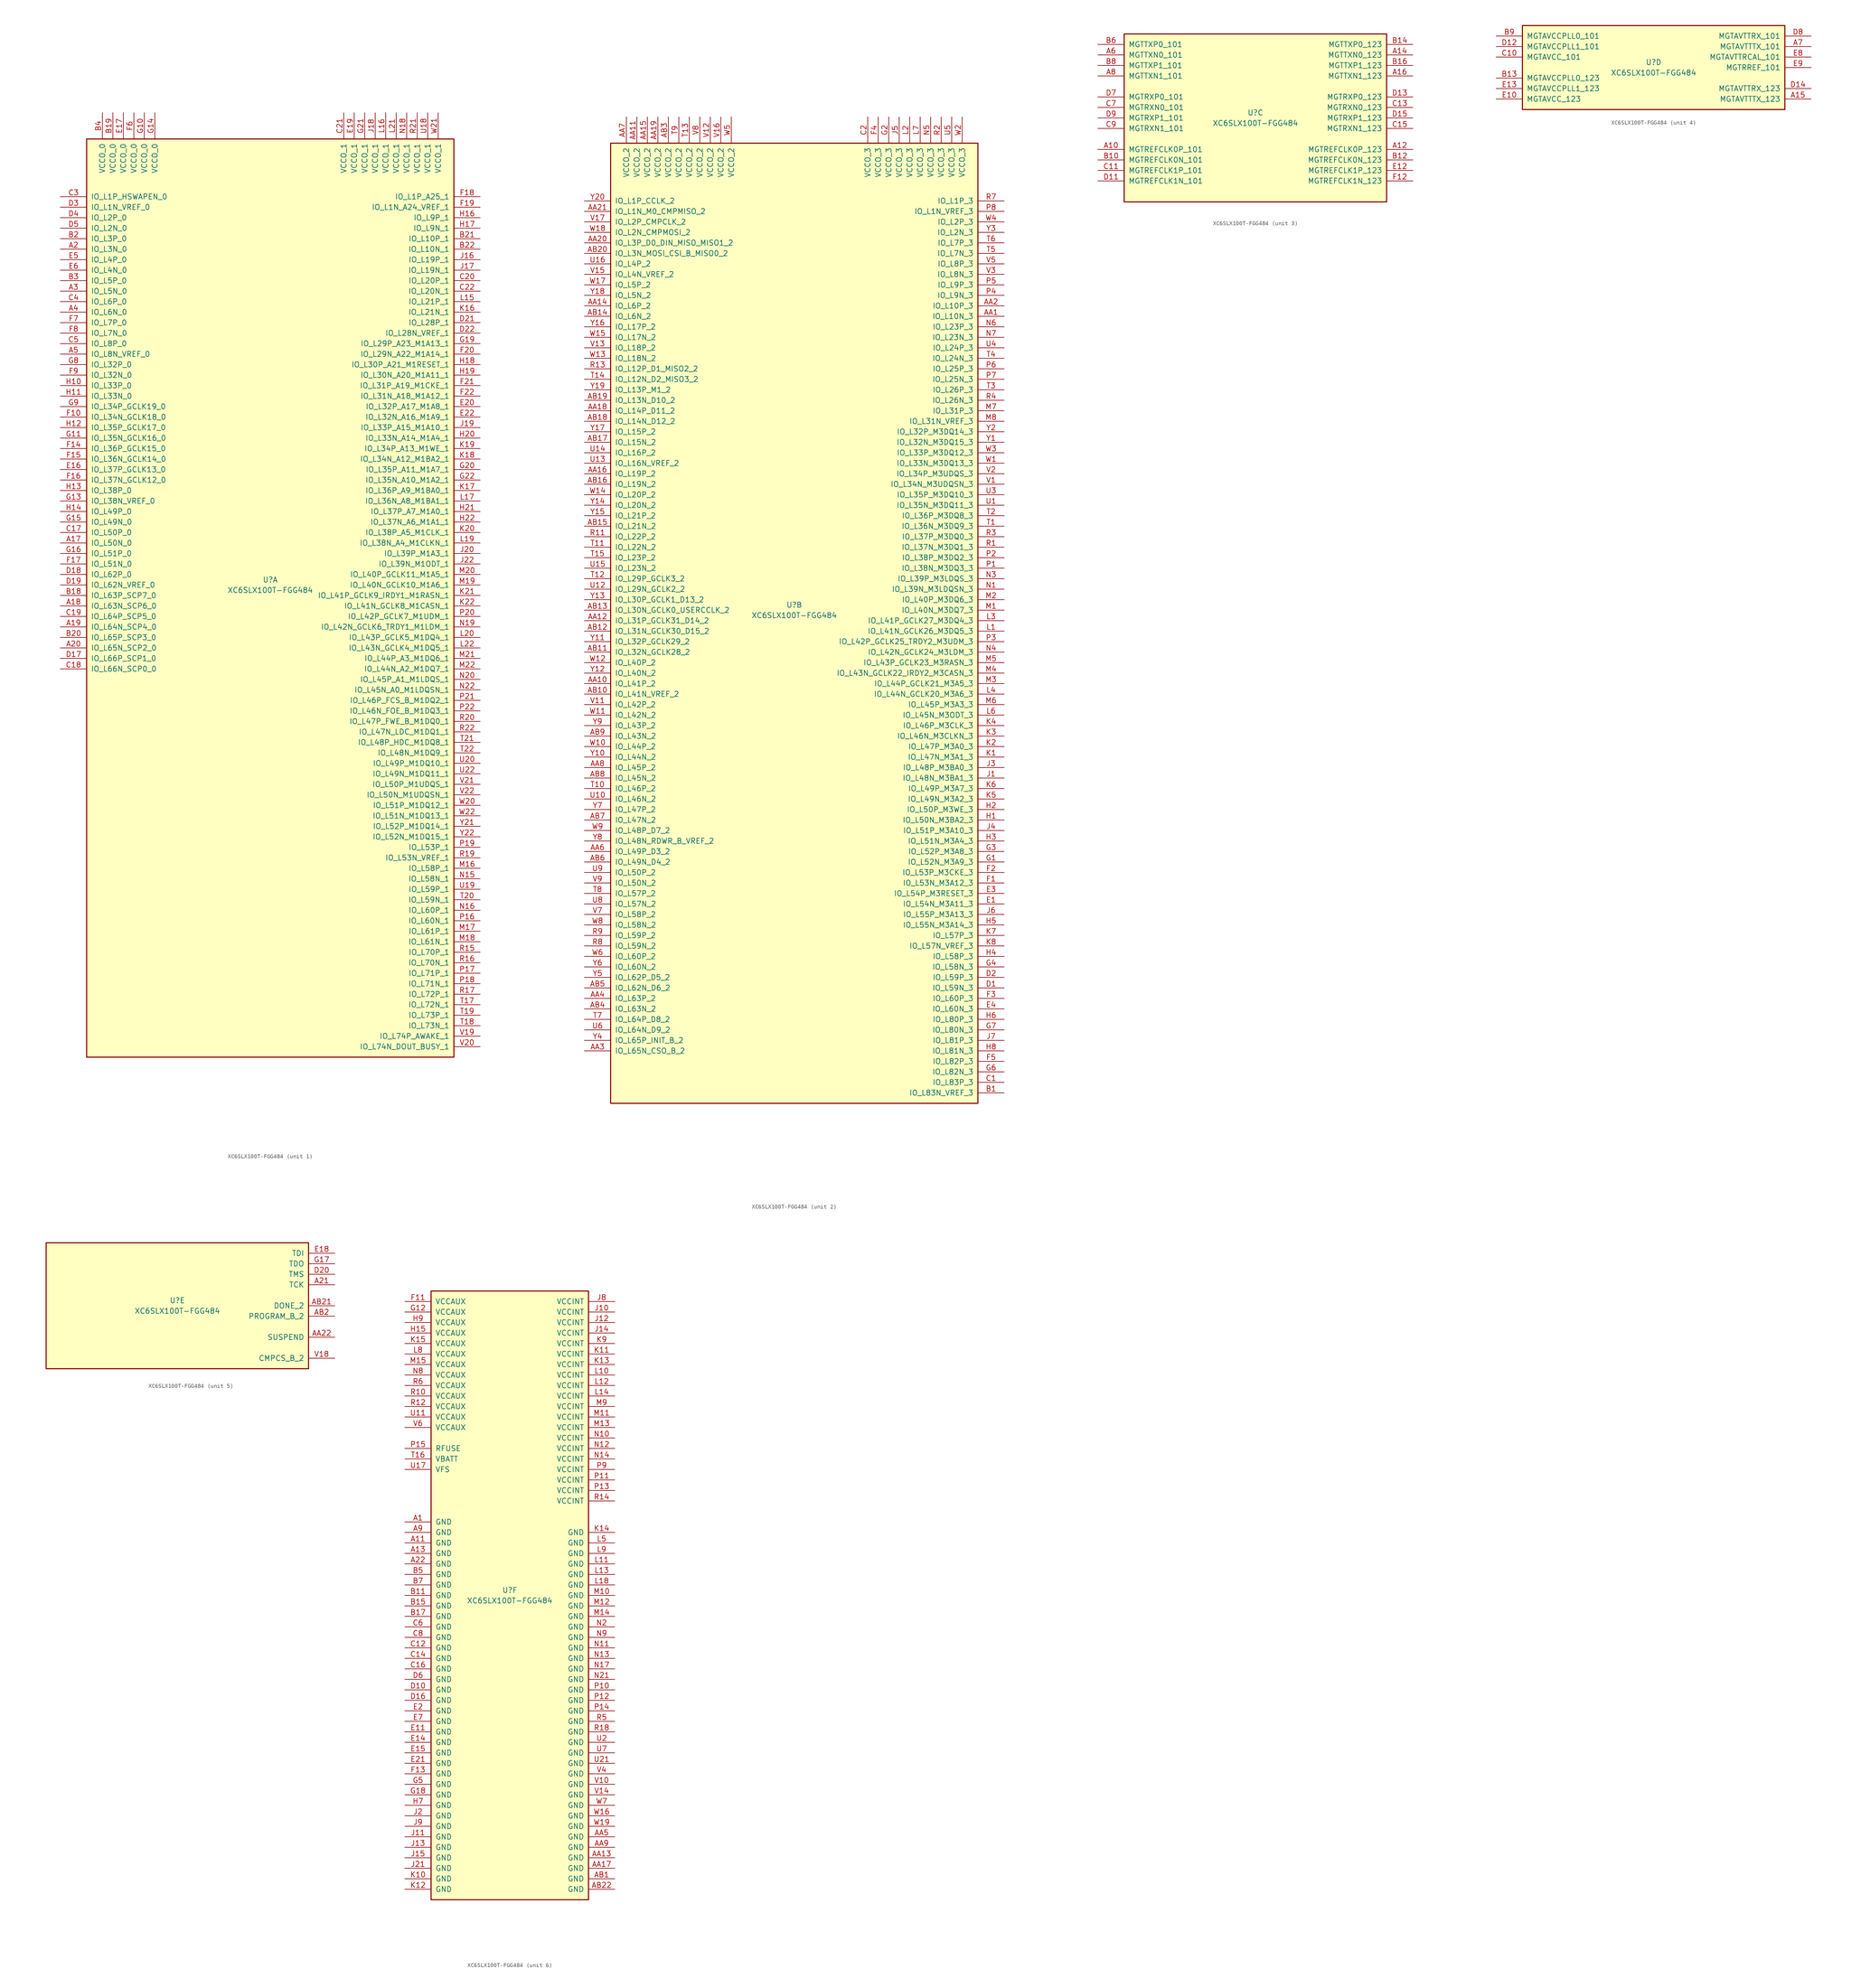
<source format=kicad_sym>
(kicad_symbol_lib
  (version 20220914)
  (generator kicad_symbol_editor)
  (symbol "XC6SLX100T-FGG484"
    (pin_names
      (offset 1.016))
    (property "Reference" "U"
      (at 0 1.27 0)
      (effects (font (size 1.27 1.27))))
    (property "Value" "XC6SLX100T-FGG484"
      (at 0 -1.27 0)
      (effects (font (size 1.27 1.27))))
    (property "Datasheet" ""
      (at 0 0 0)
      (effects (font (size 1.27 1.27))))
    (property "ki_locked" ""
      (at 0 0 0)
      (effects (font (size 1.27 1.27))))
    (symbol "XC6SLX100T-FGG484_1_1"
      (rectangle (start -44.45 107.95) (end 44.45 -114.3) (stroke (width 0.254) (type default)) (fill (type background)))
      (pin bidirectional line (at -50.8 10.16 0) (length 6.35) (name "IO_L50N_0" (effects (font (size 1.27 1.27)))) (number "A17" (effects (font (size 1.27 1.27)))))
      (pin bidirectional line (at -50.8 -5.08 0) (length 6.35) (name "IO_L63N_SCP6_0" (effects (font (size 1.27 1.27)))) (number "A18" (effects (font (size 1.27 1.27)))))
      (pin bidirectional line (at -50.8 -10.16 0) (length 6.35) (name "IO_L64N_SCP4_0" (effects (font (size 1.27 1.27)))) (number "A19" (effects (font (size 1.27 1.27)))))
      (pin bidirectional line (at -50.8 81.28 0) (length 6.35) (name "IO_L3N_0" (effects (font (size 1.27 1.27)))) (number "A2" (effects (font (size 1.27 1.27)))))
      (pin bidirectional line (at -50.8 -15.24 0) (length 6.35) (name "IO_L65N_SCP2_0" (effects (font (size 1.27 1.27)))) (number "A20" (effects (font (size 1.27 1.27)))))
      (pin bidirectional line (at -50.8 71.12 0) (length 6.35) (name "IO_L5N_0" (effects (font (size 1.27 1.27)))) (number "A3" (effects (font (size 1.27 1.27)))))
      (pin bidirectional line (at -50.8 66.04 0) (length 6.35) (name "IO_L6N_0" (effects (font (size 1.27 1.27)))) (number "A4" (effects (font (size 1.27 1.27)))))
      (pin bidirectional line (at -50.8 55.88 0) (length 6.35) (name "IO_L8N_VREF_0" (effects (font (size 1.27 1.27)))) (number "A5" (effects (font (size 1.27 1.27)))))
      (pin bidirectional line (at -50.8 -2.54 0) (length 6.35) (name "IO_L63P_SCP7_0" (effects (font (size 1.27 1.27)))) (number "B18" (effects (font (size 1.27 1.27)))))
      (pin power_in line (at -38.1 114.3 270) (length 6.35) (name "VCCO_0" (effects (font (size 1.27 1.27)))) (number "B19" (effects (font (size 1.27 1.27)))))
      (pin bidirectional line (at -50.8 83.82 0) (length 6.35) (name "IO_L3P_0" (effects (font (size 1.27 1.27)))) (number "B2" (effects (font (size 1.27 1.27)))))
      (pin bidirectional line (at -50.8 -12.7 0) (length 6.35) (name "IO_L65P_SCP3_0" (effects (font (size 1.27 1.27)))) (number "B20" (effects (font (size 1.27 1.27)))))
      (pin bidirectional line (at 50.8 83.82 180) (length 6.35) (name "IO_L10P_1" (effects (font (size 1.27 1.27)))) (number "B21" (effects (font (size 1.27 1.27)))))
      (pin bidirectional line (at 50.8 81.28 180) (length 6.35) (name "IO_L10N_1" (effects (font (size 1.27 1.27)))) (number "B22" (effects (font (size 1.27 1.27)))))
      (pin bidirectional line (at -50.8 73.66 0) (length 6.35) (name "IO_L5P_0" (effects (font (size 1.27 1.27)))) (number "B3" (effects (font (size 1.27 1.27)))))
      (pin power_in line (at -40.64 114.3 270) (length 6.35) (name "VCCO_0" (effects (font (size 1.27 1.27)))) (number "B4" (effects (font (size 1.27 1.27)))))
      (pin bidirectional line (at -50.8 12.7 0) (length 6.35) (name "IO_L50P_0" (effects (font (size 1.27 1.27)))) (number "C17" (effects (font (size 1.27 1.27)))))
      (pin bidirectional line (at -50.8 -20.32 0) (length 6.35) (name "IO_L66N_SCP0_0" (effects (font (size 1.27 1.27)))) (number "C18" (effects (font (size 1.27 1.27)))))
      (pin bidirectional line (at -50.8 -7.62 0) (length 6.35) (name "IO_L64P_SCP5_0" (effects (font (size 1.27 1.27)))) (number "C19" (effects (font (size 1.27 1.27)))))
      (pin bidirectional line (at 50.8 73.66 180) (length 6.35) (name "IO_L20P_1" (effects (font (size 1.27 1.27)))) (number "C20" (effects (font (size 1.27 1.27)))))
      (pin power_in line (at 17.78 114.3 270) (length 6.35) (name "VCCO_1" (effects (font (size 1.27 1.27)))) (number "C21" (effects (font (size 1.27 1.27)))))
      (pin bidirectional line (at 50.8 71.12 180) (length 6.35) (name "IO_L20N_1" (effects (font (size 1.27 1.27)))) (number "C22" (effects (font (size 1.27 1.27)))))
      (pin bidirectional line (at -50.8 93.98 0) (length 6.35) (name "IO_L1P_HSWAPEN_0" (effects (font (size 1.27 1.27)))) (number "C3" (effects (font (size 1.27 1.27)))))
      (pin bidirectional line (at -50.8 68.58 0) (length 6.35) (name "IO_L6P_0" (effects (font (size 1.27 1.27)))) (number "C4" (effects (font (size 1.27 1.27)))))
      (pin bidirectional line (at -50.8 58.42 0) (length 6.35) (name "IO_L8P_0" (effects (font (size 1.27 1.27)))) (number "C5" (effects (font (size 1.27 1.27)))))
      (pin bidirectional line (at -50.8 -17.78 0) (length 6.35) (name "IO_L66P_SCP1_0" (effects (font (size 1.27 1.27)))) (number "D17" (effects (font (size 1.27 1.27)))))
      (pin bidirectional line (at -50.8 2.54 0) (length 6.35) (name "IO_L62P_0" (effects (font (size 1.27 1.27)))) (number "D18" (effects (font (size 1.27 1.27)))))
      (pin bidirectional line (at -50.8 0 0) (length 6.35) (name "IO_L62N_VREF_0" (effects (font (size 1.27 1.27)))) (number "D19" (effects (font (size 1.27 1.27)))))
      (pin bidirectional line (at 50.8 63.5 180) (length 6.35) (name "IO_L28P_1" (effects (font (size 1.27 1.27)))) (number "D21" (effects (font (size 1.27 1.27)))))
      (pin bidirectional line (at 50.8 60.96 180) (length 6.35) (name "IO_L28N_VREF_1" (effects (font (size 1.27 1.27)))) (number "D22" (effects (font (size 1.27 1.27)))))
      (pin bidirectional line (at -50.8 91.44 0) (length 6.35) (name "IO_L1N_VREF_0" (effects (font (size 1.27 1.27)))) (number "D3" (effects (font (size 1.27 1.27)))))
      (pin bidirectional line (at -50.8 88.9 0) (length 6.35) (name "IO_L2P_0" (effects (font (size 1.27 1.27)))) (number "D4" (effects (font (size 1.27 1.27)))))
      (pin bidirectional line (at -50.8 86.36 0) (length 6.35) (name "IO_L2N_0" (effects (font (size 1.27 1.27)))) (number "D5" (effects (font (size 1.27 1.27)))))
      (pin bidirectional line (at -50.8 27.94 0) (length 6.35) (name "IO_L37P_GCLK13_0" (effects (font (size 1.27 1.27)))) (number "E16" (effects (font (size 1.27 1.27)))))
      (pin power_in line (at -35.56 114.3 270) (length 6.35) (name "VCCO_0" (effects (font (size 1.27 1.27)))) (number "E17" (effects (font (size 1.27 1.27)))))
      (pin power_in line (at 20.32 114.3 270) (length 6.35) (name "VCCO_1" (effects (font (size 1.27 1.27)))) (number "E19" (effects (font (size 1.27 1.27)))))
      (pin bidirectional line (at 50.8 43.18 180) (length 6.35) (name "IO_L32P_A17_M1A8_1" (effects (font (size 1.27 1.27)))) (number "E20" (effects (font (size 1.27 1.27)))))
      (pin bidirectional line (at 50.8 40.64 180) (length 6.35) (name "IO_L32N_A16_M1A9_1" (effects (font (size 1.27 1.27)))) (number "E22" (effects (font (size 1.27 1.27)))))
      (pin bidirectional line (at -50.8 78.74 0) (length 6.35) (name "IO_L4P_0" (effects (font (size 1.27 1.27)))) (number "E5" (effects (font (size 1.27 1.27)))))
      (pin bidirectional line (at -50.8 76.2 0) (length 6.35) (name "IO_L4N_0" (effects (font (size 1.27 1.27)))) (number "E6" (effects (font (size 1.27 1.27)))))
      (pin bidirectional line (at -50.8 40.64 0) (length 6.35) (name "IO_L34N_GCLK18_0" (effects (font (size 1.27 1.27)))) (number "F10" (effects (font (size 1.27 1.27)))))
      (pin bidirectional line (at -50.8 33.02 0) (length 6.35) (name "IO_L36P_GCLK15_0" (effects (font (size 1.27 1.27)))) (number "F14" (effects (font (size 1.27 1.27)))))
      (pin bidirectional line (at -50.8 30.48 0) (length 6.35) (name "IO_L36N_GCLK14_0" (effects (font (size 1.27 1.27)))) (number "F15" (effects (font (size 1.27 1.27)))))
      (pin bidirectional line (at -50.8 25.4 0) (length 6.35) (name "IO_L37N_GCLK12_0" (effects (font (size 1.27 1.27)))) (number "F16" (effects (font (size 1.27 1.27)))))
      (pin bidirectional line (at -50.8 5.08 0) (length 6.35) (name "IO_L51N_0" (effects (font (size 1.27 1.27)))) (number "F17" (effects (font (size 1.27 1.27)))))
      (pin bidirectional line (at 50.8 93.98 180) (length 6.35) (name "IO_L1P_A25_1" (effects (font (size 1.27 1.27)))) (number "F18" (effects (font (size 1.27 1.27)))))
      (pin bidirectional line (at 50.8 91.44 180) (length 6.35) (name "IO_L1N_A24_VREF_1" (effects (font (size 1.27 1.27)))) (number "F19" (effects (font (size 1.27 1.27)))))
      (pin bidirectional line (at 50.8 55.88 180) (length 6.35) (name "IO_L29N_A22_M1A14_1" (effects (font (size 1.27 1.27)))) (number "F20" (effects (font (size 1.27 1.27)))))
      (pin bidirectional line (at 50.8 48.26 180) (length 6.35) (name "IO_L31P_A19_M1CKE_1" (effects (font (size 1.27 1.27)))) (number "F21" (effects (font (size 1.27 1.27)))))
      (pin bidirectional line (at 50.8 45.72 180) (length 6.35) (name "IO_L31N_A18_M1A12_1" (effects (font (size 1.27 1.27)))) (number "F22" (effects (font (size 1.27 1.27)))))
      (pin power_in line (at -33.02 114.3 270) (length 6.35) (name "VCCO_0" (effects (font (size 1.27 1.27)))) (number "F6" (effects (font (size 1.27 1.27)))))
      (pin bidirectional line (at -50.8 63.5 0) (length 6.35) (name "IO_L7P_0" (effects (font (size 1.27 1.27)))) (number "F7" (effects (font (size 1.27 1.27)))))
      (pin bidirectional line (at -50.8 60.96 0) (length 6.35) (name "IO_L7N_0" (effects (font (size 1.27 1.27)))) (number "F8" (effects (font (size 1.27 1.27)))))
      (pin bidirectional line (at -50.8 50.8 0) (length 6.35) (name "IO_L32N_0" (effects (font (size 1.27 1.27)))) (number "F9" (effects (font (size 1.27 1.27)))))
      (pin power_in line (at -30.48 114.3 270) (length 6.35) (name "VCCO_0" (effects (font (size 1.27 1.27)))) (number "G10" (effects (font (size 1.27 1.27)))))
      (pin bidirectional line (at -50.8 35.56 0) (length 6.35) (name "IO_L35N_GCLK16_0" (effects (font (size 1.27 1.27)))) (number "G11" (effects (font (size 1.27 1.27)))))
      (pin bidirectional line (at -50.8 20.32 0) (length 6.35) (name "IO_L38N_VREF_0" (effects (font (size 1.27 1.27)))) (number "G13" (effects (font (size 1.27 1.27)))))
      (pin power_in line (at -27.94 114.3 270) (length 6.35) (name "VCCO_0" (effects (font (size 1.27 1.27)))) (number "G14" (effects (font (size 1.27 1.27)))))
      (pin bidirectional line (at -50.8 15.24 0) (length 6.35) (name "IO_L49N_0" (effects (font (size 1.27 1.27)))) (number "G15" (effects (font (size 1.27 1.27)))))
      (pin bidirectional line (at -50.8 7.62 0) (length 6.35) (name "IO_L51P_0" (effects (font (size 1.27 1.27)))) (number "G16" (effects (font (size 1.27 1.27)))))
      (pin bidirectional line (at 50.8 58.42 180) (length 6.35) (name "IO_L29P_A23_M1A13_1" (effects (font (size 1.27 1.27)))) (number "G19" (effects (font (size 1.27 1.27)))))
      (pin bidirectional line (at 50.8 27.94 180) (length 6.35) (name "IO_L35P_A11_M1A7_1" (effects (font (size 1.27 1.27)))) (number "G20" (effects (font (size 1.27 1.27)))))
      (pin power_in line (at 22.86 114.3 270) (length 6.35) (name "VCCO_1" (effects (font (size 1.27 1.27)))) (number "G21" (effects (font (size 1.27 1.27)))))
      (pin bidirectional line (at 50.8 25.4 180) (length 6.35) (name "IO_L35N_A10_M1A2_1" (effects (font (size 1.27 1.27)))) (number "G22" (effects (font (size 1.27 1.27)))))
      (pin bidirectional line (at -50.8 53.34 0) (length 6.35) (name "IO_L32P_0" (effects (font (size 1.27 1.27)))) (number "G8" (effects (font (size 1.27 1.27)))))
      (pin bidirectional line (at -50.8 43.18 0) (length 6.35) (name "IO_L34P_GCLK19_0" (effects (font (size 1.27 1.27)))) (number "G9" (effects (font (size 1.27 1.27)))))
      (pin bidirectional line (at -50.8 48.26 0) (length 6.35) (name "IO_L33P_0" (effects (font (size 1.27 1.27)))) (number "H10" (effects (font (size 1.27 1.27)))))
      (pin bidirectional line (at -50.8 45.72 0) (length 6.35) (name "IO_L33N_0" (effects (font (size 1.27 1.27)))) (number "H11" (effects (font (size 1.27 1.27)))))
      (pin bidirectional line (at -50.8 38.1 0) (length 6.35) (name "IO_L35P_GCLK17_0" (effects (font (size 1.27 1.27)))) (number "H12" (effects (font (size 1.27 1.27)))))
      (pin bidirectional line (at -50.8 22.86 0) (length 6.35) (name "IO_L38P_0" (effects (font (size 1.27 1.27)))) (number "H13" (effects (font (size 1.27 1.27)))))
      (pin bidirectional line (at -50.8 17.78 0) (length 6.35) (name "IO_L49P_0" (effects (font (size 1.27 1.27)))) (number "H14" (effects (font (size 1.27 1.27)))))
      (pin bidirectional line (at 50.8 88.9 180) (length 6.35) (name "IO_L9P_1" (effects (font (size 1.27 1.27)))) (number "H16" (effects (font (size 1.27 1.27)))))
      (pin bidirectional line (at 50.8 86.36 180) (length 6.35) (name "IO_L9N_1" (effects (font (size 1.27 1.27)))) (number "H17" (effects (font (size 1.27 1.27)))))
      (pin bidirectional line (at 50.8 53.34 180) (length 6.35) (name "IO_L30P_A21_M1RESET_1" (effects (font (size 1.27 1.27)))) (number "H18" (effects (font (size 1.27 1.27)))))
      (pin bidirectional line (at 50.8 50.8 180) (length 6.35) (name "IO_L30N_A20_M1A11_1" (effects (font (size 1.27 1.27)))) (number "H19" (effects (font (size 1.27 1.27)))))
      (pin bidirectional line (at 50.8 35.56 180) (length 6.35) (name "IO_L33N_A14_M1A4_1" (effects (font (size 1.27 1.27)))) (number "H20" (effects (font (size 1.27 1.27)))))
      (pin bidirectional line (at 50.8 17.78 180) (length 6.35) (name "IO_L37P_A7_M1A0_1" (effects (font (size 1.27 1.27)))) (number "H21" (effects (font (size 1.27 1.27)))))
      (pin bidirectional line (at 50.8 15.24 180) (length 6.35) (name "IO_L37N_A6_M1A1_1" (effects (font (size 1.27 1.27)))) (number "H22" (effects (font (size 1.27 1.27)))))
      (pin bidirectional line (at 50.8 78.74 180) (length 6.35) (name "IO_L19P_1" (effects (font (size 1.27 1.27)))) (number "J16" (effects (font (size 1.27 1.27)))))
      (pin bidirectional line (at 50.8 76.2 180) (length 6.35) (name "IO_L19N_1" (effects (font (size 1.27 1.27)))) (number "J17" (effects (font (size 1.27 1.27)))))
      (pin power_in line (at 25.4 114.3 270) (length 6.35) (name "VCCO_1" (effects (font (size 1.27 1.27)))) (number "J18" (effects (font (size 1.27 1.27)))))
      (pin bidirectional line (at 50.8 38.1 180) (length 6.35) (name "IO_L33P_A15_M1A10_1" (effects (font (size 1.27 1.27)))) (number "J19" (effects (font (size 1.27 1.27)))))
      (pin bidirectional line (at 50.8 7.62 180) (length 6.35) (name "IO_L39P_M1A3_1" (effects (font (size 1.27 1.27)))) (number "J20" (effects (font (size 1.27 1.27)))))
      (pin bidirectional line (at 50.8 5.08 180) (length 6.35) (name "IO_L39N_M1ODT_1" (effects (font (size 1.27 1.27)))) (number "J22" (effects (font (size 1.27 1.27)))))
      (pin bidirectional line (at 50.8 66.04 180) (length 6.35) (name "IO_L21N_1" (effects (font (size 1.27 1.27)))) (number "K16" (effects (font (size 1.27 1.27)))))
      (pin bidirectional line (at 50.8 22.86 180) (length 6.35) (name "IO_L36P_A9_M1BA0_1" (effects (font (size 1.27 1.27)))) (number "K17" (effects (font (size 1.27 1.27)))))
      (pin bidirectional line (at 50.8 30.48 180) (length 6.35) (name "IO_L34N_A12_M1BA2_1" (effects (font (size 1.27 1.27)))) (number "K18" (effects (font (size 1.27 1.27)))))
      (pin bidirectional line (at 50.8 33.02 180) (length 6.35) (name "IO_L34P_A13_M1WE_1" (effects (font (size 1.27 1.27)))) (number "K19" (effects (font (size 1.27 1.27)))))
      (pin bidirectional line (at 50.8 12.7 180) (length 6.35) (name "IO_L38P_A5_M1CLK_1" (effects (font (size 1.27 1.27)))) (number "K20" (effects (font (size 1.27 1.27)))))
      (pin bidirectional line (at 50.8 -2.54 180) (length 6.35) (name "IO_L41P_GCLK9_IRDY1_M1RASN_1" (effects (font (size 1.27 1.27)))) (number "K21" (effects (font (size 1.27 1.27)))))
      (pin bidirectional line (at 50.8 -5.08 180) (length 6.35) (name "IO_L41N_GCLK8_M1CASN_1" (effects (font (size 1.27 1.27)))) (number "K22" (effects (font (size 1.27 1.27)))))
      (pin bidirectional line (at 50.8 68.58 180) (length 6.35) (name "IO_L21P_1" (effects (font (size 1.27 1.27)))) (number "L15" (effects (font (size 1.27 1.27)))))
      (pin power_in line (at 27.94 114.3 270) (length 6.35) (name "VCCO_1" (effects (font (size 1.27 1.27)))) (number "L16" (effects (font (size 1.27 1.27)))))
      (pin bidirectional line (at 50.8 20.32 180) (length 6.35) (name "IO_L36N_A8_M1BA1_1" (effects (font (size 1.27 1.27)))) (number "L17" (effects (font (size 1.27 1.27)))))
      (pin bidirectional line (at 50.8 10.16 180) (length 6.35) (name "IO_L38N_A4_M1CLKN_1" (effects (font (size 1.27 1.27)))) (number "L19" (effects (font (size 1.27 1.27)))))
      (pin bidirectional line (at 50.8 -12.7 180) (length 6.35) (name "IO_L43P_GCLK5_M1DQ4_1" (effects (font (size 1.27 1.27)))) (number "L20" (effects (font (size 1.27 1.27)))))
      (pin power_in line (at 30.48 114.3 270) (length 6.35) (name "VCCO_1" (effects (font (size 1.27 1.27)))) (number "L21" (effects (font (size 1.27 1.27)))))
      (pin bidirectional line (at 50.8 -15.24 180) (length 6.35) (name "IO_L43N_GCLK4_M1DQ5_1" (effects (font (size 1.27 1.27)))) (number "L22" (effects (font (size 1.27 1.27)))))
      (pin bidirectional line (at 50.8 -68.58 180) (length 6.35) (name "IO_L58P_1" (effects (font (size 1.27 1.27)))) (number "M16" (effects (font (size 1.27 1.27)))))
      (pin bidirectional line (at 50.8 -83.82 180) (length 6.35) (name "IO_L61P_1" (effects (font (size 1.27 1.27)))) (number "M17" (effects (font (size 1.27 1.27)))))
      (pin bidirectional line (at 50.8 -86.36 180) (length 6.35) (name "IO_L61N_1" (effects (font (size 1.27 1.27)))) (number "M18" (effects (font (size 1.27 1.27)))))
      (pin bidirectional line (at 50.8 0 180) (length 6.35) (name "IO_L40N_GCLK10_M1A6_1" (effects (font (size 1.27 1.27)))) (number "M19" (effects (font (size 1.27 1.27)))))
      (pin bidirectional line (at 50.8 2.54 180) (length 6.35) (name "IO_L40P_GCLK11_M1A5_1" (effects (font (size 1.27 1.27)))) (number "M20" (effects (font (size 1.27 1.27)))))
      (pin bidirectional line (at 50.8 -17.78 180) (length 6.35) (name "IO_L44P_A3_M1DQ6_1" (effects (font (size 1.27 1.27)))) (number "M21" (effects (font (size 1.27 1.27)))))
      (pin bidirectional line (at 50.8 -20.32 180) (length 6.35) (name "IO_L44N_A2_M1DQ7_1" (effects (font (size 1.27 1.27)))) (number "M22" (effects (font (size 1.27 1.27)))))
      (pin bidirectional line (at 50.8 -71.12 180) (length 6.35) (name "IO_L58N_1" (effects (font (size 1.27 1.27)))) (number "N15" (effects (font (size 1.27 1.27)))))
      (pin bidirectional line (at 50.8 -78.74 180) (length 6.35) (name "IO_L60P_1" (effects (font (size 1.27 1.27)))) (number "N16" (effects (font (size 1.27 1.27)))))
      (pin power_in line (at 33.02 114.3 270) (length 6.35) (name "VCCO_1" (effects (font (size 1.27 1.27)))) (number "N18" (effects (font (size 1.27 1.27)))))
      (pin bidirectional line (at 50.8 -10.16 180) (length 6.35) (name "IO_L42N_GCLK6_TRDY1_M1LDM_1" (effects (font (size 1.27 1.27)))) (number "N19" (effects (font (size 1.27 1.27)))))
      (pin bidirectional line (at 50.8 -22.86 180) (length 6.35) (name "IO_L45P_A1_M1LDQS_1" (effects (font (size 1.27 1.27)))) (number "N20" (effects (font (size 1.27 1.27)))))
      (pin bidirectional line (at 50.8 -25.4 180) (length 6.35) (name "IO_L45N_A0_M1LDQSN_1" (effects (font (size 1.27 1.27)))) (number "N22" (effects (font (size 1.27 1.27)))))
      (pin bidirectional line (at 50.8 -81.28 180) (length 6.35) (name "IO_L60N_1" (effects (font (size 1.27 1.27)))) (number "P16" (effects (font (size 1.27 1.27)))))
      (pin bidirectional line (at 50.8 -93.98 180) (length 6.35) (name "IO_L71P_1" (effects (font (size 1.27 1.27)))) (number "P17" (effects (font (size 1.27 1.27)))))
      (pin bidirectional line (at 50.8 -96.52 180) (length 6.35) (name "IO_L71N_1" (effects (font (size 1.27 1.27)))) (number "P18" (effects (font (size 1.27 1.27)))))
      (pin bidirectional line (at 50.8 -63.5 180) (length 6.35) (name "IO_L53P_1" (effects (font (size 1.27 1.27)))) (number "P19" (effects (font (size 1.27 1.27)))))
      (pin bidirectional line (at 50.8 -7.62 180) (length 6.35) (name "IO_L42P_GCLK7_M1UDM_1" (effects (font (size 1.27 1.27)))) (number "P20" (effects (font (size 1.27 1.27)))))
      (pin bidirectional line (at 50.8 -27.94 180) (length 6.35) (name "IO_L46P_FCS_B_M1DQ2_1" (effects (font (size 1.27 1.27)))) (number "P21" (effects (font (size 1.27 1.27)))))
      (pin bidirectional line (at 50.8 -30.48 180) (length 6.35) (name "IO_L46N_FOE_B_M1DQ3_1" (effects (font (size 1.27 1.27)))) (number "P22" (effects (font (size 1.27 1.27)))))
      (pin bidirectional line (at 50.8 -88.9 180) (length 6.35) (name "IO_L70P_1" (effects (font (size 1.27 1.27)))) (number "R15" (effects (font (size 1.27 1.27)))))
      (pin bidirectional line (at 50.8 -91.44 180) (length 6.35) (name "IO_L70N_1" (effects (font (size 1.27 1.27)))) (number "R16" (effects (font (size 1.27 1.27)))))
      (pin bidirectional line (at 50.8 -99.06 180) (length 6.35) (name "IO_L72P_1" (effects (font (size 1.27 1.27)))) (number "R17" (effects (font (size 1.27 1.27)))))
      (pin bidirectional line (at 50.8 -66.04 180) (length 6.35) (name "IO_L53N_VREF_1" (effects (font (size 1.27 1.27)))) (number "R19" (effects (font (size 1.27 1.27)))))
      (pin bidirectional line (at 50.8 -33.02 180) (length 6.35) (name "IO_L47P_FWE_B_M1DQ0_1" (effects (font (size 1.27 1.27)))) (number "R20" (effects (font (size 1.27 1.27)))))
      (pin power_in line (at 35.56 114.3 270) (length 6.35) (name "VCCO_1" (effects (font (size 1.27 1.27)))) (number "R21" (effects (font (size 1.27 1.27)))))
      (pin bidirectional line (at 50.8 -35.56 180) (length 6.35) (name "IO_L47N_LDC_M1DQ1_1" (effects (font (size 1.27 1.27)))) (number "R22" (effects (font (size 1.27 1.27)))))
      (pin bidirectional line (at 50.8 -101.6 180) (length 6.35) (name "IO_L72N_1" (effects (font (size 1.27 1.27)))) (number "T17" (effects (font (size 1.27 1.27)))))
      (pin bidirectional line (at 50.8 -106.68 180) (length 6.35) (name "IO_L73N_1" (effects (font (size 1.27 1.27)))) (number "T18" (effects (font (size 1.27 1.27)))))
      (pin bidirectional line (at 50.8 -104.14 180) (length 6.35) (name "IO_L73P_1" (effects (font (size 1.27 1.27)))) (number "T19" (effects (font (size 1.27 1.27)))))
      (pin bidirectional line (at 50.8 -76.2 180) (length 6.35) (name "IO_L59N_1" (effects (font (size 1.27 1.27)))) (number "T20" (effects (font (size 1.27 1.27)))))
      (pin bidirectional line (at 50.8 -38.1 180) (length 6.35) (name "IO_L48P_HDC_M1DQ8_1" (effects (font (size 1.27 1.27)))) (number "T21" (effects (font (size 1.27 1.27)))))
      (pin bidirectional line (at 50.8 -40.64 180) (length 6.35) (name "IO_L48N_M1DQ9_1" (effects (font (size 1.27 1.27)))) (number "T22" (effects (font (size 1.27 1.27)))))
      (pin power_in line (at 38.1 114.3 270) (length 6.35) (name "VCCO_1" (effects (font (size 1.27 1.27)))) (number "U18" (effects (font (size 1.27 1.27)))))
      (pin bidirectional line (at 50.8 -73.66 180) (length 6.35) (name "IO_L59P_1" (effects (font (size 1.27 1.27)))) (number "U19" (effects (font (size 1.27 1.27)))))
      (pin bidirectional line (at 50.8 -43.18 180) (length 6.35) (name "IO_L49P_M1DQ10_1" (effects (font (size 1.27 1.27)))) (number "U20" (effects (font (size 1.27 1.27)))))
      (pin bidirectional line (at 50.8 -45.72 180) (length 6.35) (name "IO_L49N_M1DQ11_1" (effects (font (size 1.27 1.27)))) (number "U22" (effects (font (size 1.27 1.27)))))
      (pin bidirectional line (at 50.8 -109.22 180) (length 6.35) (name "IO_L74P_AWAKE_1" (effects (font (size 1.27 1.27)))) (number "V19" (effects (font (size 1.27 1.27)))))
      (pin bidirectional line (at 50.8 -111.76 180) (length 6.35) (name "IO_L74N_DOUT_BUSY_1" (effects (font (size 1.27 1.27)))) (number "V20" (effects (font (size 1.27 1.27)))))
      (pin bidirectional line (at 50.8 -48.26 180) (length 6.35) (name "IO_L50P_M1UDQS_1" (effects (font (size 1.27 1.27)))) (number "V21" (effects (font (size 1.27 1.27)))))
      (pin bidirectional line (at 50.8 -50.8 180) (length 6.35) (name "IO_L50N_M1UDQSN_1" (effects (font (size 1.27 1.27)))) (number "V22" (effects (font (size 1.27 1.27)))))
      (pin bidirectional line (at 50.8 -53.34 180) (length 6.35) (name "IO_L51P_M1DQ12_1" (effects (font (size 1.27 1.27)))) (number "W20" (effects (font (size 1.27 1.27)))))
      (pin power_in line (at 40.64 114.3 270) (length 6.35) (name "VCCO_1" (effects (font (size 1.27 1.27)))) (number "W21" (effects (font (size 1.27 1.27)))))
      (pin bidirectional line (at 50.8 -55.88 180) (length 6.35) (name "IO_L51N_M1DQ13_1" (effects (font (size 1.27 1.27)))) (number "W22" (effects (font (size 1.27 1.27)))))
      (pin bidirectional line (at 50.8 -58.42 180) (length 6.35) (name "IO_L52P_M1DQ14_1" (effects (font (size 1.27 1.27)))) (number "Y21" (effects (font (size 1.27 1.27)))))
      (pin bidirectional line (at 50.8 -60.96 180) (length 6.35) (name "IO_L52N_M1DQ15_1" (effects (font (size 1.27 1.27)))) (number "Y22" (effects (font (size 1.27 1.27))))))
    (symbol "XC6SLX100T-FGG484_2_1"
      (rectangle (start -44.45 113.03) (end 44.45 -119.38) (stroke (width 0.254) (type default)) (fill (type background)))
      (pin bidirectional line (at 50.8 71.12 180) (length 6.35) (name "IO_L10N_3" (effects (font (size 1.27 1.27)))) (number "AA1" (effects (font (size 1.27 1.27)))))
      (pin bidirectional line (at -50.8 -17.78 0) (length 6.35) (name "IO_L41P_2" (effects (font (size 1.27 1.27)))) (number "AA10" (effects (font (size 1.27 1.27)))))
      (pin power_in line (at -38.1 119.38 270) (length 6.35) (name "VCCO_2" (effects (font (size 1.27 1.27)))) (number "AA11" (effects (font (size 1.27 1.27)))))
      (pin bidirectional line (at -50.8 -2.54 0) (length 6.35) (name "IO_L31P_GCLK31_D14_2" (effects (font (size 1.27 1.27)))) (number "AA12" (effects (font (size 1.27 1.27)))))
      (pin bidirectional line (at -50.8 73.66 0) (length 6.35) (name "IO_L6P_2" (effects (font (size 1.27 1.27)))) (number "AA14" (effects (font (size 1.27 1.27)))))
      (pin power_in line (at -35.56 119.38 270) (length 6.35) (name "VCCO_2" (effects (font (size 1.27 1.27)))) (number "AA15" (effects (font (size 1.27 1.27)))))
      (pin bidirectional line (at -50.8 33.02 0) (length 6.35) (name "IO_L19P_2" (effects (font (size 1.27 1.27)))) (number "AA16" (effects (font (size 1.27 1.27)))))
      (pin bidirectional line (at -50.8 48.26 0) (length 6.35) (name "IO_L14P_D11_2" (effects (font (size 1.27 1.27)))) (number "AA18" (effects (font (size 1.27 1.27)))))
      (pin power_in line (at -33.02 119.38 270) (length 6.35) (name "VCCO_2" (effects (font (size 1.27 1.27)))) (number "AA19" (effects (font (size 1.27 1.27)))))
      (pin bidirectional line (at 50.8 73.66 180) (length 6.35) (name "IO_L10P_3" (effects (font (size 1.27 1.27)))) (number "AA2" (effects (font (size 1.27 1.27)))))
      (pin bidirectional line (at -50.8 88.9 0) (length 6.35) (name "IO_L3P_D0_DIN_MISO_MISO1_2" (effects (font (size 1.27 1.27)))) (number "AA20" (effects (font (size 1.27 1.27)))))
      (pin bidirectional line (at -50.8 96.52 0) (length 6.35) (name "IO_L1N_M0_CMPMISO_2" (effects (font (size 1.27 1.27)))) (number "AA21" (effects (font (size 1.27 1.27)))))
      (pin bidirectional line (at -50.8 -106.68 0) (length 6.35) (name "IO_L65N_CSO_B_2" (effects (font (size 1.27 1.27)))) (number "AA3" (effects (font (size 1.27 1.27)))))
      (pin bidirectional line (at -50.8 -93.98 0) (length 6.35) (name "IO_L63P_2" (effects (font (size 1.27 1.27)))) (number "AA4" (effects (font (size 1.27 1.27)))))
      (pin bidirectional line (at -50.8 -58.42 0) (length 6.35) (name "IO_L49P_D3_2" (effects (font (size 1.27 1.27)))) (number "AA6" (effects (font (size 1.27 1.27)))))
      (pin power_in line (at -40.64 119.38 270) (length 6.35) (name "VCCO_2" (effects (font (size 1.27 1.27)))) (number "AA7" (effects (font (size 1.27 1.27)))))
      (pin bidirectional line (at -50.8 -38.1 0) (length 6.35) (name "IO_L45P_2" (effects (font (size 1.27 1.27)))) (number "AA8" (effects (font (size 1.27 1.27)))))
      (pin bidirectional line (at -50.8 -20.32 0) (length 6.35) (name "IO_L41N_VREF_2" (effects (font (size 1.27 1.27)))) (number "AB10" (effects (font (size 1.27 1.27)))))
      (pin bidirectional line (at -50.8 -10.16 0) (length 6.35) (name "IO_L32N_GCLK28_2" (effects (font (size 1.27 1.27)))) (number "AB11" (effects (font (size 1.27 1.27)))))
      (pin bidirectional line (at -50.8 -5.08 0) (length 6.35) (name "IO_L31N_GCLK30_D15_2" (effects (font (size 1.27 1.27)))) (number "AB12" (effects (font (size 1.27 1.27)))))
      (pin bidirectional line (at -50.8 0 0) (length 6.35) (name "IO_L30N_GCLK0_USERCCLK_2" (effects (font (size 1.27 1.27)))) (number "AB13" (effects (font (size 1.27 1.27)))))
      (pin bidirectional line (at -50.8 71.12 0) (length 6.35) (name "IO_L6N_2" (effects (font (size 1.27 1.27)))) (number "AB14" (effects (font (size 1.27 1.27)))))
      (pin bidirectional line (at -50.8 20.32 0) (length 6.35) (name "IO_L21N_2" (effects (font (size 1.27 1.27)))) (number "AB15" (effects (font (size 1.27 1.27)))))
      (pin bidirectional line (at -50.8 30.48 0) (length 6.35) (name "IO_L19N_2" (effects (font (size 1.27 1.27)))) (number "AB16" (effects (font (size 1.27 1.27)))))
      (pin bidirectional line (at -50.8 40.64 0) (length 6.35) (name "IO_L15N_2" (effects (font (size 1.27 1.27)))) (number "AB17" (effects (font (size 1.27 1.27)))))
      (pin bidirectional line (at -50.8 45.72 0) (length 6.35) (name "IO_L14N_D12_2" (effects (font (size 1.27 1.27)))) (number "AB18" (effects (font (size 1.27 1.27)))))
      (pin bidirectional line (at -50.8 50.8 0) (length 6.35) (name "IO_L13N_D10_2" (effects (font (size 1.27 1.27)))) (number "AB19" (effects (font (size 1.27 1.27)))))
      (pin bidirectional line (at -50.8 86.36 0) (length 6.35) (name "IO_L3N_MOSI_CSI_B_MISO0_2" (effects (font (size 1.27 1.27)))) (number "AB20" (effects (font (size 1.27 1.27)))))
      (pin power_in line (at -30.48 119.38 270) (length 6.35) (name "VCCO_2" (effects (font (size 1.27 1.27)))) (number "AB3" (effects (font (size 1.27 1.27)))))
      (pin bidirectional line (at -50.8 -96.52 0) (length 6.35) (name "IO_L63N_2" (effects (font (size 1.27 1.27)))) (number "AB4" (effects (font (size 1.27 1.27)))))
      (pin bidirectional line (at -50.8 -91.44 0) (length 6.35) (name "IO_L62N_D6_2" (effects (font (size 1.27 1.27)))) (number "AB5" (effects (font (size 1.27 1.27)))))
      (pin bidirectional line (at -50.8 -60.96 0) (length 6.35) (name "IO_L49N_D4_2" (effects (font (size 1.27 1.27)))) (number "AB6" (effects (font (size 1.27 1.27)))))
      (pin bidirectional line (at -50.8 -50.8 0) (length 6.35) (name "IO_L47N_2" (effects (font (size 1.27 1.27)))) (number "AB7" (effects (font (size 1.27 1.27)))))
      (pin bidirectional line (at -50.8 -40.64 0) (length 6.35) (name "IO_L45N_2" (effects (font (size 1.27 1.27)))) (number "AB8" (effects (font (size 1.27 1.27)))))
      (pin bidirectional line (at -50.8 -30.48 0) (length 6.35) (name "IO_L43N_2" (effects (font (size 1.27 1.27)))) (number "AB9" (effects (font (size 1.27 1.27)))))
      (pin bidirectional line (at 50.8 -116.84 180) (length 6.35) (name "IO_L83N_VREF_3" (effects (font (size 1.27 1.27)))) (number "B1" (effects (font (size 1.27 1.27)))))
      (pin bidirectional line (at 50.8 -114.3 180) (length 6.35) (name "IO_L83P_3" (effects (font (size 1.27 1.27)))) (number "C1" (effects (font (size 1.27 1.27)))))
      (pin power_in line (at 17.78 119.38 270) (length 6.35) (name "VCCO_3" (effects (font (size 1.27 1.27)))) (number "C2" (effects (font (size 1.27 1.27)))))
      (pin bidirectional line (at 50.8 -91.44 180) (length 6.35) (name "IO_L59N_3" (effects (font (size 1.27 1.27)))) (number "D1" (effects (font (size 1.27 1.27)))))
      (pin bidirectional line (at 50.8 -88.9 180) (length 6.35) (name "IO_L59P_3" (effects (font (size 1.27 1.27)))) (number "D2" (effects (font (size 1.27 1.27)))))
      (pin bidirectional line (at 50.8 -71.12 180) (length 6.35) (name "IO_L54N_M3A11_3" (effects (font (size 1.27 1.27)))) (number "E1" (effects (font (size 1.27 1.27)))))
      (pin bidirectional line (at 50.8 -68.58 180) (length 6.35) (name "IO_L54P_M3RESET_3" (effects (font (size 1.27 1.27)))) (number "E3" (effects (font (size 1.27 1.27)))))
      (pin bidirectional line (at 50.8 -96.52 180) (length 6.35) (name "IO_L60N_3" (effects (font (size 1.27 1.27)))) (number "E4" (effects (font (size 1.27 1.27)))))
      (pin bidirectional line (at 50.8 -66.04 180) (length 6.35) (name "IO_L53N_M3A12_3" (effects (font (size 1.27 1.27)))) (number "F1" (effects (font (size 1.27 1.27)))))
      (pin bidirectional line (at 50.8 -63.5 180) (length 6.35) (name "IO_L53P_M3CKE_3" (effects (font (size 1.27 1.27)))) (number "F2" (effects (font (size 1.27 1.27)))))
      (pin bidirectional line (at 50.8 -93.98 180) (length 6.35) (name "IO_L60P_3" (effects (font (size 1.27 1.27)))) (number "F3" (effects (font (size 1.27 1.27)))))
      (pin power_in line (at 20.32 119.38 270) (length 6.35) (name "VCCO_3" (effects (font (size 1.27 1.27)))) (number "F4" (effects (font (size 1.27 1.27)))))
      (pin bidirectional line (at 50.8 -109.22 180) (length 6.35) (name "IO_L82P_3" (effects (font (size 1.27 1.27)))) (number "F5" (effects (font (size 1.27 1.27)))))
      (pin bidirectional line (at 50.8 -60.96 180) (length 6.35) (name "IO_L52N_M3A9_3" (effects (font (size 1.27 1.27)))) (number "G1" (effects (font (size 1.27 1.27)))))
      (pin power_in line (at 22.86 119.38 270) (length 6.35) (name "VCCO_3" (effects (font (size 1.27 1.27)))) (number "G2" (effects (font (size 1.27 1.27)))))
      (pin bidirectional line (at 50.8 -58.42 180) (length 6.35) (name "IO_L52P_M3A8_3" (effects (font (size 1.27 1.27)))) (number "G3" (effects (font (size 1.27 1.27)))))
      (pin bidirectional line (at 50.8 -86.36 180) (length 6.35) (name "IO_L58N_3" (effects (font (size 1.27 1.27)))) (number "G4" (effects (font (size 1.27 1.27)))))
      (pin bidirectional line (at 50.8 -111.76 180) (length 6.35) (name "IO_L82N_3" (effects (font (size 1.27 1.27)))) (number "G6" (effects (font (size 1.27 1.27)))))
      (pin bidirectional line (at 50.8 -101.6 180) (length 6.35) (name "IO_L80N_3" (effects (font (size 1.27 1.27)))) (number "G7" (effects (font (size 1.27 1.27)))))
      (pin bidirectional line (at 50.8 -50.8 180) (length 6.35) (name "IO_L50N_M3BA2_3" (effects (font (size 1.27 1.27)))) (number "H1" (effects (font (size 1.27 1.27)))))
      (pin bidirectional line (at 50.8 -48.26 180) (length 6.35) (name "IO_L50P_M3WE_3" (effects (font (size 1.27 1.27)))) (number "H2" (effects (font (size 1.27 1.27)))))
      (pin bidirectional line (at 50.8 -55.88 180) (length 6.35) (name "IO_L51N_M3A4_3" (effects (font (size 1.27 1.27)))) (number "H3" (effects (font (size 1.27 1.27)))))
      (pin bidirectional line (at 50.8 -83.82 180) (length 6.35) (name "IO_L58P_3" (effects (font (size 1.27 1.27)))) (number "H4" (effects (font (size 1.27 1.27)))))
      (pin bidirectional line (at 50.8 -76.2 180) (length 6.35) (name "IO_L55N_M3A14_3" (effects (font (size 1.27 1.27)))) (number "H5" (effects (font (size 1.27 1.27)))))
      (pin bidirectional line (at 50.8 -99.06 180) (length 6.35) (name "IO_L80P_3" (effects (font (size 1.27 1.27)))) (number "H6" (effects (font (size 1.27 1.27)))))
      (pin bidirectional line (at 50.8 -106.68 180) (length 6.35) (name "IO_L81N_3" (effects (font (size 1.27 1.27)))) (number "H8" (effects (font (size 1.27 1.27)))))
      (pin bidirectional line (at 50.8 -40.64 180) (length 6.35) (name "IO_L48N_M3BA1_3" (effects (font (size 1.27 1.27)))) (number "J1" (effects (font (size 1.27 1.27)))))
      (pin bidirectional line (at 50.8 -38.1 180) (length 6.35) (name "IO_L48P_M3BA0_3" (effects (font (size 1.27 1.27)))) (number "J3" (effects (font (size 1.27 1.27)))))
      (pin bidirectional line (at 50.8 -53.34 180) (length 6.35) (name "IO_L51P_M3A10_3" (effects (font (size 1.27 1.27)))) (number "J4" (effects (font (size 1.27 1.27)))))
      (pin power_in line (at 25.4 119.38 270) (length 6.35) (name "VCCO_3" (effects (font (size 1.27 1.27)))) (number "J5" (effects (font (size 1.27 1.27)))))
      (pin bidirectional line (at 50.8 -73.66 180) (length 6.35) (name "IO_L55P_M3A13_3" (effects (font (size 1.27 1.27)))) (number "J6" (effects (font (size 1.27 1.27)))))
      (pin bidirectional line (at 50.8 -104.14 180) (length 6.35) (name "IO_L81P_3" (effects (font (size 1.27 1.27)))) (number "J7" (effects (font (size 1.27 1.27)))))
      (pin bidirectional line (at 50.8 -35.56 180) (length 6.35) (name "IO_L47N_M3A1_3" (effects (font (size 1.27 1.27)))) (number "K1" (effects (font (size 1.27 1.27)))))
      (pin bidirectional line (at 50.8 -33.02 180) (length 6.35) (name "IO_L47P_M3A0_3" (effects (font (size 1.27 1.27)))) (number "K2" (effects (font (size 1.27 1.27)))))
      (pin bidirectional line (at 50.8 -30.48 180) (length 6.35) (name "IO_L46N_M3CLKN_3" (effects (font (size 1.27 1.27)))) (number "K3" (effects (font (size 1.27 1.27)))))
      (pin bidirectional line (at 50.8 -27.94 180) (length 6.35) (name "IO_L46P_M3CLK_3" (effects (font (size 1.27 1.27)))) (number "K4" (effects (font (size 1.27 1.27)))))
      (pin bidirectional line (at 50.8 -45.72 180) (length 6.35) (name "IO_L49N_M3A2_3" (effects (font (size 1.27 1.27)))) (number "K5" (effects (font (size 1.27 1.27)))))
      (pin bidirectional line (at 50.8 -43.18 180) (length 6.35) (name "IO_L49P_M3A7_3" (effects (font (size 1.27 1.27)))) (number "K6" (effects (font (size 1.27 1.27)))))
      (pin bidirectional line (at 50.8 -78.74 180) (length 6.35) (name "IO_L57P_3" (effects (font (size 1.27 1.27)))) (number "K7" (effects (font (size 1.27 1.27)))))
      (pin bidirectional line (at 50.8 -81.28 180) (length 6.35) (name "IO_L57N_VREF_3" (effects (font (size 1.27 1.27)))) (number "K8" (effects (font (size 1.27 1.27)))))
      (pin bidirectional line (at 50.8 -5.08 180) (length 6.35) (name "IO_L41N_GCLK26_M3DQ5_3" (effects (font (size 1.27 1.27)))) (number "L1" (effects (font (size 1.27 1.27)))))
      (pin power_in line (at 27.94 119.38 270) (length 6.35) (name "VCCO_3" (effects (font (size 1.27 1.27)))) (number "L2" (effects (font (size 1.27 1.27)))))
      (pin bidirectional line (at 50.8 -2.54 180) (length 6.35) (name "IO_L41P_GCLK27_M3DQ4_3" (effects (font (size 1.27 1.27)))) (number "L3" (effects (font (size 1.27 1.27)))))
      (pin bidirectional line (at 50.8 -20.32 180) (length 6.35) (name "IO_L44N_GCLK20_M3A6_3" (effects (font (size 1.27 1.27)))) (number "L4" (effects (font (size 1.27 1.27)))))
      (pin bidirectional line (at 50.8 -25.4 180) (length 6.35) (name "IO_L45N_M3ODT_3" (effects (font (size 1.27 1.27)))) (number "L6" (effects (font (size 1.27 1.27)))))
      (pin power_in line (at 30.48 119.38 270) (length 6.35) (name "VCCO_3" (effects (font (size 1.27 1.27)))) (number "L7" (effects (font (size 1.27 1.27)))))
      (pin bidirectional line (at 50.8 0 180) (length 6.35) (name "IO_L40N_M3DQ7_3" (effects (font (size 1.27 1.27)))) (number "M1" (effects (font (size 1.27 1.27)))))
      (pin bidirectional line (at 50.8 2.54 180) (length 6.35) (name "IO_L40P_M3DQ6_3" (effects (font (size 1.27 1.27)))) (number "M2" (effects (font (size 1.27 1.27)))))
      (pin bidirectional line (at 50.8 -17.78 180) (length 6.35) (name "IO_L44P_GCLK21_M3A5_3" (effects (font (size 1.27 1.27)))) (number "M3" (effects (font (size 1.27 1.27)))))
      (pin bidirectional line (at 50.8 -15.24 180) (length 6.35) (name "IO_L43N_GCLK22_IRDY2_M3CASN_3" (effects (font (size 1.27 1.27)))) (number "M4" (effects (font (size 1.27 1.27)))))
      (pin bidirectional line (at 50.8 -12.7 180) (length 6.35) (name "IO_L43P_GCLK23_M3RASN_3" (effects (font (size 1.27 1.27)))) (number "M5" (effects (font (size 1.27 1.27)))))
      (pin bidirectional line (at 50.8 -22.86 180) (length 6.35) (name "IO_L45P_M3A3_3" (effects (font (size 1.27 1.27)))) (number "M6" (effects (font (size 1.27 1.27)))))
      (pin bidirectional line (at 50.8 48.26 180) (length 6.35) (name "IO_L31P_3" (effects (font (size 1.27 1.27)))) (number "M7" (effects (font (size 1.27 1.27)))))
      (pin bidirectional line (at 50.8 45.72 180) (length 6.35) (name "IO_L31N_VREF_3" (effects (font (size 1.27 1.27)))) (number "M8" (effects (font (size 1.27 1.27)))))
      (pin bidirectional line (at 50.8 5.08 180) (length 6.35) (name "IO_L39N_M3LDQSN_3" (effects (font (size 1.27 1.27)))) (number "N1" (effects (font (size 1.27 1.27)))))
      (pin bidirectional line (at 50.8 7.62 180) (length 6.35) (name "IO_L39P_M3LDQS_3" (effects (font (size 1.27 1.27)))) (number "N3" (effects (font (size 1.27 1.27)))))
      (pin bidirectional line (at 50.8 -10.16 180) (length 6.35) (name "IO_L42N_GCLK24_M3LDM_3" (effects (font (size 1.27 1.27)))) (number "N4" (effects (font (size 1.27 1.27)))))
      (pin power_in line (at 33.02 119.38 270) (length 6.35) (name "VCCO_3" (effects (font (size 1.27 1.27)))) (number "N5" (effects (font (size 1.27 1.27)))))
      (pin bidirectional line (at 50.8 68.58 180) (length 6.35) (name "IO_L23P_3" (effects (font (size 1.27 1.27)))) (number "N6" (effects (font (size 1.27 1.27)))))
      (pin bidirectional line (at 50.8 66.04 180) (length 6.35) (name "IO_L23N_3" (effects (font (size 1.27 1.27)))) (number "N7" (effects (font (size 1.27 1.27)))))
      (pin bidirectional line (at 50.8 10.16 180) (length 6.35) (name "IO_L38N_M3DQ3_3" (effects (font (size 1.27 1.27)))) (number "P1" (effects (font (size 1.27 1.27)))))
      (pin bidirectional line (at 50.8 12.7 180) (length 6.35) (name "IO_L38P_M3DQ2_3" (effects (font (size 1.27 1.27)))) (number "P2" (effects (font (size 1.27 1.27)))))
      (pin bidirectional line (at 50.8 -7.62 180) (length 6.35) (name "IO_L42P_GCLK25_TRDY2_M3UDM_3" (effects (font (size 1.27 1.27)))) (number "P3" (effects (font (size 1.27 1.27)))))
      (pin bidirectional line (at 50.8 76.2 180) (length 6.35) (name "IO_L9N_3" (effects (font (size 1.27 1.27)))) (number "P4" (effects (font (size 1.27 1.27)))))
      (pin bidirectional line (at 50.8 78.74 180) (length 6.35) (name "IO_L9P_3" (effects (font (size 1.27 1.27)))) (number "P5" (effects (font (size 1.27 1.27)))))
      (pin bidirectional line (at 50.8 58.42 180) (length 6.35) (name "IO_L25P_3" (effects (font (size 1.27 1.27)))) (number "P6" (effects (font (size 1.27 1.27)))))
      (pin bidirectional line (at 50.8 55.88 180) (length 6.35) (name "IO_L25N_3" (effects (font (size 1.27 1.27)))) (number "P7" (effects (font (size 1.27 1.27)))))
      (pin bidirectional line (at 50.8 96.52 180) (length 6.35) (name "IO_L1N_VREF_3" (effects (font (size 1.27 1.27)))) (number "P8" (effects (font (size 1.27 1.27)))))
      (pin bidirectional line (at 50.8 15.24 180) (length 6.35) (name "IO_L37N_M3DQ1_3" (effects (font (size 1.27 1.27)))) (number "R1" (effects (font (size 1.27 1.27)))))
      (pin bidirectional line (at -50.8 17.78 0) (length 6.35) (name "IO_L22P_2" (effects (font (size 1.27 1.27)))) (number "R11" (effects (font (size 1.27 1.27)))))
      (pin bidirectional line (at -50.8 58.42 0) (length 6.35) (name "IO_L12P_D1_MISO2_2" (effects (font (size 1.27 1.27)))) (number "R13" (effects (font (size 1.27 1.27)))))
      (pin power_in line (at 35.56 119.38 270) (length 6.35) (name "VCCO_3" (effects (font (size 1.27 1.27)))) (number "R2" (effects (font (size 1.27 1.27)))))
      (pin bidirectional line (at 50.8 17.78 180) (length 6.35) (name "IO_L37P_M3DQ0_3" (effects (font (size 1.27 1.27)))) (number "R3" (effects (font (size 1.27 1.27)))))
      (pin bidirectional line (at 50.8 50.8 180) (length 6.35) (name "IO_L26N_3" (effects (font (size 1.27 1.27)))) (number "R4" (effects (font (size 1.27 1.27)))))
      (pin bidirectional line (at 50.8 99.06 180) (length 6.35) (name "IO_L1P_3" (effects (font (size 1.27 1.27)))) (number "R7" (effects (font (size 1.27 1.27)))))
      (pin bidirectional line (at -50.8 -81.28 0) (length 6.35) (name "IO_L59N_2" (effects (font (size 1.27 1.27)))) (number "R8" (effects (font (size 1.27 1.27)))))
      (pin bidirectional line (at -50.8 -78.74 0) (length 6.35) (name "IO_L59P_2" (effects (font (size 1.27 1.27)))) (number "R9" (effects (font (size 1.27 1.27)))))
      (pin bidirectional line (at 50.8 20.32 180) (length 6.35) (name "IO_L36N_M3DQ9_3" (effects (font (size 1.27 1.27)))) (number "T1" (effects (font (size 1.27 1.27)))))
      (pin bidirectional line (at -50.8 -43.18 0) (length 6.35) (name "IO_L46P_2" (effects (font (size 1.27 1.27)))) (number "T10" (effects (font (size 1.27 1.27)))))
      (pin bidirectional line (at -50.8 15.24 0) (length 6.35) (name "IO_L22N_2" (effects (font (size 1.27 1.27)))) (number "T11" (effects (font (size 1.27 1.27)))))
      (pin bidirectional line (at -50.8 7.62 0) (length 6.35) (name "IO_L29P_GCLK3_2" (effects (font (size 1.27 1.27)))) (number "T12" (effects (font (size 1.27 1.27)))))
      (pin power_in line (at -25.4 119.38 270) (length 6.35) (name "VCCO_2" (effects (font (size 1.27 1.27)))) (number "T13" (effects (font (size 1.27 1.27)))))
      (pin bidirectional line (at -50.8 55.88 0) (length 6.35) (name "IO_L12N_D2_MISO3_2" (effects (font (size 1.27 1.27)))) (number "T14" (effects (font (size 1.27 1.27)))))
      (pin bidirectional line (at -50.8 12.7 0) (length 6.35) (name "IO_L23P_2" (effects (font (size 1.27 1.27)))) (number "T15" (effects (font (size 1.27 1.27)))))
      (pin bidirectional line (at 50.8 22.86 180) (length 6.35) (name "IO_L36P_M3DQ8_3" (effects (font (size 1.27 1.27)))) (number "T2" (effects (font (size 1.27 1.27)))))
      (pin bidirectional line (at 50.8 53.34 180) (length 6.35) (name "IO_L26P_3" (effects (font (size 1.27 1.27)))) (number "T3" (effects (font (size 1.27 1.27)))))
      (pin bidirectional line (at 50.8 60.96 180) (length 6.35) (name "IO_L24N_3" (effects (font (size 1.27 1.27)))) (number "T4" (effects (font (size 1.27 1.27)))))
      (pin bidirectional line (at 50.8 86.36 180) (length 6.35) (name "IO_L7N_3" (effects (font (size 1.27 1.27)))) (number "T5" (effects (font (size 1.27 1.27)))))
      (pin bidirectional line (at 50.8 88.9 180) (length 6.35) (name "IO_L7P_3" (effects (font (size 1.27 1.27)))) (number "T6" (effects (font (size 1.27 1.27)))))
      (pin bidirectional line (at -50.8 -99.06 0) (length 6.35) (name "IO_L64P_D8_2" (effects (font (size 1.27 1.27)))) (number "T7" (effects (font (size 1.27 1.27)))))
      (pin bidirectional line (at -50.8 -68.58 0) (length 6.35) (name "IO_L57P_2" (effects (font (size 1.27 1.27)))) (number "T8" (effects (font (size 1.27 1.27)))))
      (pin power_in line (at -27.94 119.38 270) (length 6.35) (name "VCCO_2" (effects (font (size 1.27 1.27)))) (number "T9" (effects (font (size 1.27 1.27)))))
      (pin bidirectional line (at 50.8 25.4 180) (length 6.35) (name "IO_L35N_M3DQ11_3" (effects (font (size 1.27 1.27)))) (number "U1" (effects (font (size 1.27 1.27)))))
      (pin bidirectional line (at -50.8 -45.72 0) (length 6.35) (name "IO_L46N_2" (effects (font (size 1.27 1.27)))) (number "U10" (effects (font (size 1.27 1.27)))))
      (pin bidirectional line (at -50.8 5.08 0) (length 6.35) (name "IO_L29N_GCLK2_2" (effects (font (size 1.27 1.27)))) (number "U12" (effects (font (size 1.27 1.27)))))
      (pin bidirectional line (at -50.8 35.56 0) (length 6.35) (name "IO_L16N_VREF_2" (effects (font (size 1.27 1.27)))) (number "U13" (effects (font (size 1.27 1.27)))))
      (pin bidirectional line (at -50.8 38.1 0) (length 6.35) (name "IO_L16P_2" (effects (font (size 1.27 1.27)))) (number "U14" (effects (font (size 1.27 1.27)))))
      (pin bidirectional line (at -50.8 10.16 0) (length 6.35) (name "IO_L23N_2" (effects (font (size 1.27 1.27)))) (number "U15" (effects (font (size 1.27 1.27)))))
      (pin bidirectional line (at -50.8 83.82 0) (length 6.35) (name "IO_L4P_2" (effects (font (size 1.27 1.27)))) (number "U16" (effects (font (size 1.27 1.27)))))
      (pin bidirectional line (at 50.8 27.94 180) (length 6.35) (name "IO_L35P_M3DQ10_3" (effects (font (size 1.27 1.27)))) (number "U3" (effects (font (size 1.27 1.27)))))
      (pin bidirectional line (at 50.8 63.5 180) (length 6.35) (name "IO_L24P_3" (effects (font (size 1.27 1.27)))) (number "U4" (effects (font (size 1.27 1.27)))))
      (pin power_in line (at 38.1 119.38 270) (length 6.35) (name "VCCO_3" (effects (font (size 1.27 1.27)))) (number "U5" (effects (font (size 1.27 1.27)))))
      (pin bidirectional line (at -50.8 -101.6 0) (length 6.35) (name "IO_L64N_D9_2" (effects (font (size 1.27 1.27)))) (number "U6" (effects (font (size 1.27 1.27)))))
      (pin bidirectional line (at -50.8 -71.12 0) (length 6.35) (name "IO_L57N_2" (effects (font (size 1.27 1.27)))) (number "U8" (effects (font (size 1.27 1.27)))))
      (pin bidirectional line (at -50.8 -63.5 0) (length 6.35) (name "IO_L50P_2" (effects (font (size 1.27 1.27)))) (number "U9" (effects (font (size 1.27 1.27)))))
      (pin bidirectional line (at 50.8 30.48 180) (length 6.35) (name "IO_L34N_M3UDQSN_3" (effects (font (size 1.27 1.27)))) (number "V1" (effects (font (size 1.27 1.27)))))
      (pin bidirectional line (at -50.8 -22.86 0) (length 6.35) (name "IO_L42P_2" (effects (font (size 1.27 1.27)))) (number "V11" (effects (font (size 1.27 1.27)))))
      (pin power_in line (at -20.32 119.38 270) (length 6.35) (name "VCCO_2" (effects (font (size 1.27 1.27)))) (number "V12" (effects (font (size 1.27 1.27)))))
      (pin bidirectional line (at -50.8 63.5 0) (length 6.35) (name "IO_L18P_2" (effects (font (size 1.27 1.27)))) (number "V13" (effects (font (size 1.27 1.27)))))
      (pin bidirectional line (at -50.8 81.28 0) (length 6.35) (name "IO_L4N_VREF_2" (effects (font (size 1.27 1.27)))) (number "V15" (effects (font (size 1.27 1.27)))))
      (pin power_in line (at -17.78 119.38 270) (length 6.35) (name "VCCO_2" (effects (font (size 1.27 1.27)))) (number "V16" (effects (font (size 1.27 1.27)))))
      (pin bidirectional line (at -50.8 93.98 0) (length 6.35) (name "IO_L2P_CMPCLK_2" (effects (font (size 1.27 1.27)))) (number "V17" (effects (font (size 1.27 1.27)))))
      (pin bidirectional line (at 50.8 33.02 180) (length 6.35) (name "IO_L34P_M3UDQS_3" (effects (font (size 1.27 1.27)))) (number "V2" (effects (font (size 1.27 1.27)))))
      (pin bidirectional line (at 50.8 81.28 180) (length 6.35) (name "IO_L8N_3" (effects (font (size 1.27 1.27)))) (number "V3" (effects (font (size 1.27 1.27)))))
      (pin bidirectional line (at 50.8 83.82 180) (length 6.35) (name "IO_L8P_3" (effects (font (size 1.27 1.27)))) (number "V5" (effects (font (size 1.27 1.27)))))
      (pin bidirectional line (at -50.8 -73.66 0) (length 6.35) (name "IO_L58P_2" (effects (font (size 1.27 1.27)))) (number "V7" (effects (font (size 1.27 1.27)))))
      (pin power_in line (at -22.86 119.38 270) (length 6.35) (name "VCCO_2" (effects (font (size 1.27 1.27)))) (number "V8" (effects (font (size 1.27 1.27)))))
      (pin bidirectional line (at -50.8 -66.04 0) (length 6.35) (name "IO_L50N_2" (effects (font (size 1.27 1.27)))) (number "V9" (effects (font (size 1.27 1.27)))))
      (pin bidirectional line (at 50.8 35.56 180) (length 6.35) (name "IO_L33N_M3DQ13_3" (effects (font (size 1.27 1.27)))) (number "W1" (effects (font (size 1.27 1.27)))))
      (pin bidirectional line (at -50.8 -33.02 0) (length 6.35) (name "IO_L44P_2" (effects (font (size 1.27 1.27)))) (number "W10" (effects (font (size 1.27 1.27)))))
      (pin bidirectional line (at -50.8 -25.4 0) (length 6.35) (name "IO_L42N_2" (effects (font (size 1.27 1.27)))) (number "W11" (effects (font (size 1.27 1.27)))))
      (pin bidirectional line (at -50.8 -12.7 0) (length 6.35) (name "IO_L40P_2" (effects (font (size 1.27 1.27)))) (number "W12" (effects (font (size 1.27 1.27)))))
      (pin bidirectional line (at -50.8 60.96 0) (length 6.35) (name "IO_L18N_2" (effects (font (size 1.27 1.27)))) (number "W13" (effects (font (size 1.27 1.27)))))
      (pin bidirectional line (at -50.8 27.94 0) (length 6.35) (name "IO_L20P_2" (effects (font (size 1.27 1.27)))) (number "W14" (effects (font (size 1.27 1.27)))))
      (pin bidirectional line (at -50.8 66.04 0) (length 6.35) (name "IO_L17N_2" (effects (font (size 1.27 1.27)))) (number "W15" (effects (font (size 1.27 1.27)))))
      (pin bidirectional line (at -50.8 78.74 0) (length 6.35) (name "IO_L5P_2" (effects (font (size 1.27 1.27)))) (number "W17" (effects (font (size 1.27 1.27)))))
      (pin bidirectional line (at -50.8 91.44 0) (length 6.35) (name "IO_L2N_CMPMOSI_2" (effects (font (size 1.27 1.27)))) (number "W18" (effects (font (size 1.27 1.27)))))
      (pin power_in line (at 40.64 119.38 270) (length 6.35) (name "VCCO_3" (effects (font (size 1.27 1.27)))) (number "W2" (effects (font (size 1.27 1.27)))))
      (pin bidirectional line (at 50.8 38.1 180) (length 6.35) (name "IO_L33P_M3DQ12_3" (effects (font (size 1.27 1.27)))) (number "W3" (effects (font (size 1.27 1.27)))))
      (pin bidirectional line (at 50.8 93.98 180) (length 6.35) (name "IO_L2P_3" (effects (font (size 1.27 1.27)))) (number "W4" (effects (font (size 1.27 1.27)))))
      (pin power_in line (at -15.24 119.38 270) (length 6.35) (name "VCCO_2" (effects (font (size 1.27 1.27)))) (number "W5" (effects (font (size 1.27 1.27)))))
      (pin bidirectional line (at -50.8 -83.82 0) (length 6.35) (name "IO_L60P_2" (effects (font (size 1.27 1.27)))) (number "W6" (effects (font (size 1.27 1.27)))))
      (pin bidirectional line (at -50.8 -76.2 0) (length 6.35) (name "IO_L58N_2" (effects (font (size 1.27 1.27)))) (number "W8" (effects (font (size 1.27 1.27)))))
      (pin bidirectional line (at -50.8 -53.34 0) (length 6.35) (name "IO_L48P_D7_2" (effects (font (size 1.27 1.27)))) (number "W9" (effects (font (size 1.27 1.27)))))
      (pin bidirectional line (at 50.8 40.64 180) (length 6.35) (name "IO_L32N_M3DQ15_3" (effects (font (size 1.27 1.27)))) (number "Y1" (effects (font (size 1.27 1.27)))))
      (pin bidirectional line (at -50.8 -35.56 0) (length 6.35) (name "IO_L44N_2" (effects (font (size 1.27 1.27)))) (number "Y10" (effects (font (size 1.27 1.27)))))
      (pin bidirectional line (at -50.8 -7.62 0) (length 6.35) (name "IO_L32P_GCLK29_2" (effects (font (size 1.27 1.27)))) (number "Y11" (effects (font (size 1.27 1.27)))))
      (pin bidirectional line (at -50.8 -15.24 0) (length 6.35) (name "IO_L40N_2" (effects (font (size 1.27 1.27)))) (number "Y12" (effects (font (size 1.27 1.27)))))
      (pin bidirectional line (at -50.8 2.54 0) (length 6.35) (name "IO_L30P_GCLK1_D13_2" (effects (font (size 1.27 1.27)))) (number "Y13" (effects (font (size 1.27 1.27)))))
      (pin bidirectional line (at -50.8 25.4 0) (length 6.35) (name "IO_L20N_2" (effects (font (size 1.27 1.27)))) (number "Y14" (effects (font (size 1.27 1.27)))))
      (pin bidirectional line (at -50.8 22.86 0) (length 6.35) (name "IO_L21P_2" (effects (font (size 1.27 1.27)))) (number "Y15" (effects (font (size 1.27 1.27)))))
      (pin bidirectional line (at -50.8 68.58 0) (length 6.35) (name "IO_L17P_2" (effects (font (size 1.27 1.27)))) (number "Y16" (effects (font (size 1.27 1.27)))))
      (pin bidirectional line (at -50.8 43.18 0) (length 6.35) (name "IO_L15P_2" (effects (font (size 1.27 1.27)))) (number "Y17" (effects (font (size 1.27 1.27)))))
      (pin bidirectional line (at -50.8 76.2 0) (length 6.35) (name "IO_L5N_2" (effects (font (size 1.27 1.27)))) (number "Y18" (effects (font (size 1.27 1.27)))))
      (pin bidirectional line (at -50.8 53.34 0) (length 6.35) (name "IO_L13P_M1_2" (effects (font (size 1.27 1.27)))) (number "Y19" (effects (font (size 1.27 1.27)))))
      (pin bidirectional line (at 50.8 43.18 180) (length 6.35) (name "IO_L32P_M3DQ14_3" (effects (font (size 1.27 1.27)))) (number "Y2" (effects (font (size 1.27 1.27)))))
      (pin bidirectional line (at -50.8 99.06 0) (length 6.35) (name "IO_L1P_CCLK_2" (effects (font (size 1.27 1.27)))) (number "Y20" (effects (font (size 1.27 1.27)))))
      (pin bidirectional line (at 50.8 91.44 180) (length 6.35) (name "IO_L2N_3" (effects (font (size 1.27 1.27)))) (number "Y3" (effects (font (size 1.27 1.27)))))
      (pin bidirectional line (at -50.8 -104.14 0) (length 6.35) (name "IO_L65P_INIT_B_2" (effects (font (size 1.27 1.27)))) (number "Y4" (effects (font (size 1.27 1.27)))))
      (pin bidirectional line (at -50.8 -88.9 0) (length 6.35) (name "IO_L62P_D5_2" (effects (font (size 1.27 1.27)))) (number "Y5" (effects (font (size 1.27 1.27)))))
      (pin bidirectional line (at -50.8 -86.36 0) (length 6.35) (name "IO_L60N_2" (effects (font (size 1.27 1.27)))) (number "Y6" (effects (font (size 1.27 1.27)))))
      (pin bidirectional line (at -50.8 -48.26 0) (length 6.35) (name "IO_L47P_2" (effects (font (size 1.27 1.27)))) (number "Y7" (effects (font (size 1.27 1.27)))))
      (pin bidirectional line (at -50.8 -55.88 0) (length 6.35) (name "IO_L48N_RDWR_B_VREF_2" (effects (font (size 1.27 1.27)))) (number "Y8" (effects (font (size 1.27 1.27)))))
      (pin bidirectional line (at -50.8 -27.94 0) (length 6.35) (name "IO_L43P_2" (effects (font (size 1.27 1.27)))) (number "Y9" (effects (font (size 1.27 1.27))))))
    (symbol "XC6SLX100T-FGG484_3_1"
      (rectangle (start -31.75 20.32) (end 31.75 -20.32) (stroke (width 0.254) (type default)) (fill (type background)))
      (pin bidirectional line (at -38.1 -7.62 0) (length 6.35) (name "MGTREFCLK0P_101" (effects (font (size 1.27 1.27)))) (number "A10" (effects (font (size 1.27 1.27)))))
      (pin bidirectional line (at 38.1 -7.62 180) (length 6.35) (name "MGTREFCLK0P_123" (effects (font (size 1.27 1.27)))) (number "A12" (effects (font (size 1.27 1.27)))))
      (pin bidirectional line (at 38.1 15.24 180) (length 6.35) (name "MGTTXN0_123" (effects (font (size 1.27 1.27)))) (number "A14" (effects (font (size 1.27 1.27)))))
      (pin bidirectional line (at 38.1 10.16 180) (length 6.35) (name "MGTTXN1_123" (effects (font (size 1.27 1.27)))) (number "A16" (effects (font (size 1.27 1.27)))))
      (pin bidirectional line (at -38.1 15.24 0) (length 6.35) (name "MGTTXN0_101" (effects (font (size 1.27 1.27)))) (number "A6" (effects (font (size 1.27 1.27)))))
      (pin bidirectional line (at -38.1 10.16 0) (length 6.35) (name "MGTTXN1_101" (effects (font (size 1.27 1.27)))) (number "A8" (effects (font (size 1.27 1.27)))))
      (pin bidirectional line (at -38.1 -10.16 0) (length 6.35) (name "MGTREFCLK0N_101" (effects (font (size 1.27 1.27)))) (number "B10" (effects (font (size 1.27 1.27)))))
      (pin bidirectional line (at 38.1 -10.16 180) (length 6.35) (name "MGTREFCLK0N_123" (effects (font (size 1.27 1.27)))) (number "B12" (effects (font (size 1.27 1.27)))))
      (pin bidirectional line (at 38.1 17.78 180) (length 6.35) (name "MGTTXP0_123" (effects (font (size 1.27 1.27)))) (number "B14" (effects (font (size 1.27 1.27)))))
      (pin bidirectional line (at 38.1 12.7 180) (length 6.35) (name "MGTTXP1_123" (effects (font (size 1.27 1.27)))) (number "B16" (effects (font (size 1.27 1.27)))))
      (pin bidirectional line (at -38.1 17.78 0) (length 6.35) (name "MGTTXP0_101" (effects (font (size 1.27 1.27)))) (number "B6" (effects (font (size 1.27 1.27)))))
      (pin bidirectional line (at -38.1 12.7 0) (length 6.35) (name "MGTTXP1_101" (effects (font (size 1.27 1.27)))) (number "B8" (effects (font (size 1.27 1.27)))))
      (pin bidirectional line (at -38.1 -12.7 0) (length 6.35) (name "MGTREFCLK1P_101" (effects (font (size 1.27 1.27)))) (number "C11" (effects (font (size 1.27 1.27)))))
      (pin bidirectional line (at 38.1 2.54 180) (length 6.35) (name "MGTRXN0_123" (effects (font (size 1.27 1.27)))) (number "C13" (effects (font (size 1.27 1.27)))))
      (pin bidirectional line (at 38.1 -2.54 180) (length 6.35) (name "MGTRXN1_123" (effects (font (size 1.27 1.27)))) (number "C15" (effects (font (size 1.27 1.27)))))
      (pin bidirectional line (at -38.1 2.54 0) (length 6.35) (name "MGTRXN0_101" (effects (font (size 1.27 1.27)))) (number "C7" (effects (font (size 1.27 1.27)))))
      (pin bidirectional line (at -38.1 -2.54 0) (length 6.35) (name "MGTRXN1_101" (effects (font (size 1.27 1.27)))) (number "C9" (effects (font (size 1.27 1.27)))))
      (pin bidirectional line (at -38.1 -15.24 0) (length 6.35) (name "MGTREFCLK1N_101" (effects (font (size 1.27 1.27)))) (number "D11" (effects (font (size 1.27 1.27)))))
      (pin bidirectional line (at 38.1 5.08 180) (length 6.35) (name "MGTRXP0_123" (effects (font (size 1.27 1.27)))) (number "D13" (effects (font (size 1.27 1.27)))))
      (pin bidirectional line (at 38.1 0 180) (length 6.35) (name "MGTRXP1_123" (effects (font (size 1.27 1.27)))) (number "D15" (effects (font (size 1.27 1.27)))))
      (pin bidirectional line (at -38.1 5.08 0) (length 6.35) (name "MGTRXP0_101" (effects (font (size 1.27 1.27)))) (number "D7" (effects (font (size 1.27 1.27)))))
      (pin bidirectional line (at -38.1 0 0) (length 6.35) (name "MGTRXP1_101" (effects (font (size 1.27 1.27)))) (number "D9" (effects (font (size 1.27 1.27)))))
      (pin bidirectional line (at 38.1 -12.7 180) (length 6.35) (name "MGTREFCLK1P_123" (effects (font (size 1.27 1.27)))) (number "E12" (effects (font (size 1.27 1.27)))))
      (pin bidirectional line (at 38.1 -15.24 180) (length 6.35) (name "MGTREFCLK1N_123" (effects (font (size 1.27 1.27)))) (number "F12" (effects (font (size 1.27 1.27))))))
    (symbol "XC6SLX100T-FGG484_4_1"
      (rectangle (start -31.75 10.16) (end 31.75 -10.16) (stroke (width 0.254) (type default)) (fill (type background)))
      (pin power_in line (at 38.1 -7.62 180) (length 6.35) (name "MGTAVTTTX_123" (effects (font (size 1.27 1.27)))) (number "A15" (effects (font (size 1.27 1.27)))))
      (pin power_in line (at 38.1 5.08 180) (length 6.35) (name "MGTAVTTTX_101" (effects (font (size 1.27 1.27)))) (number "A7" (effects (font (size 1.27 1.27)))))
      (pin power_in line (at -38.1 -2.54 0) (length 6.35) (name "MGTAVCCPLL0_123" (effects (font (size 1.27 1.27)))) (number "B13" (effects (font (size 1.27 1.27)))))
      (pin power_in line (at -38.1 7.62 0) (length 6.35) (name "MGTAVCCPLL0_101" (effects (font (size 1.27 1.27)))) (number "B9" (effects (font (size 1.27 1.27)))))
      (pin power_in line (at -38.1 2.54 0) (length 6.35) (name "MGTAVCC_101" (effects (font (size 1.27 1.27)))) (number "C10" (effects (font (size 1.27 1.27)))))
      (pin power_in line (at -38.1 5.08 0) (length 6.35) (name "MGTAVCCPLL1_101" (effects (font (size 1.27 1.27)))) (number "D12" (effects (font (size 1.27 1.27)))))
      (pin power_in line (at 38.1 -5.08 180) (length 6.35) (name "MGTAVTTRX_123" (effects (font (size 1.27 1.27)))) (number "D14" (effects (font (size 1.27 1.27)))))
      (pin power_in line (at 38.1 7.62 180) (length 6.35) (name "MGTAVTTRX_101" (effects (font (size 1.27 1.27)))) (number "D8" (effects (font (size 1.27 1.27)))))
      (pin power_in line (at -38.1 -7.62 0) (length 6.35) (name "MGTAVCC_123" (effects (font (size 1.27 1.27)))) (number "E10" (effects (font (size 1.27 1.27)))))
      (pin power_in line (at -38.1 -5.08 0) (length 6.35) (name "MGTAVCCPLL1_123" (effects (font (size 1.27 1.27)))) (number "E13" (effects (font (size 1.27 1.27)))))
      (pin power_in line (at 38.1 2.54 180) (length 6.35) (name "MGTAVTTRCAL_101" (effects (font (size 1.27 1.27)))) (number "E8" (effects (font (size 1.27 1.27)))))
      (pin power_in line (at 38.1 0 180) (length 6.35) (name "MGTRREF_101" (effects (font (size 1.27 1.27)))) (number "E9" (effects (font (size 1.27 1.27))))))
    (symbol "XC6SLX100T-FGG484_5_1"
      (rectangle (start -31.75 15.24) (end 31.75 -15.24) (stroke (width 0.254) (type default)) (fill (type background)))
      (pin bidirectional line (at 38.1 5.08 180) (length 6.35) (name "TCK" (effects (font (size 1.27 1.27)))) (number "A21" (effects (font (size 1.27 1.27)))))
      (pin bidirectional line (at 38.1 -7.62 180) (length 6.35) (name "SUSPEND" (effects (font (size 1.27 1.27)))) (number "AA22" (effects (font (size 1.27 1.27)))))
      (pin bidirectional line (at 38.1 -2.54 180) (length 6.35) (name "PROGRAM_B_2" (effects (font (size 1.27 1.27)))) (number "AB2" (effects (font (size 1.27 1.27)))))
      (pin bidirectional line (at 38.1 0 180) (length 6.35) (name "DONE_2" (effects (font (size 1.27 1.27)))) (number "AB21" (effects (font (size 1.27 1.27)))))
      (pin bidirectional line (at 38.1 7.62 180) (length 6.35) (name "TMS" (effects (font (size 1.27 1.27)))) (number "D20" (effects (font (size 1.27 1.27)))))
      (pin bidirectional line (at 38.1 12.7 180) (length 6.35) (name "TDI" (effects (font (size 1.27 1.27)))) (number "E18" (effects (font (size 1.27 1.27)))))
      (pin bidirectional line (at 38.1 10.16 180) (length 6.35) (name "TDO" (effects (font (size 1.27 1.27)))) (number "G17" (effects (font (size 1.27 1.27)))))
      (pin bidirectional line (at 38.1 -12.7 180) (length 6.35) (name "CMPCS_B_2" (effects (font (size 1.27 1.27)))) (number "V18" (effects (font (size 1.27 1.27))))))
    (symbol "XC6SLX100T-FGG484_6_1"
      (rectangle (start -19.05 73.66) (end 19.05 -73.66) (stroke (width 0.254) (type default)) (fill (type background)))
      (pin power_in line (at -25.4 17.78 0) (length 6.35) (name "GND" (effects (font (size 1.27 1.27)))) (number "A1" (effects (font (size 1.27 1.27)))))
      (pin power_in line (at -25.4 12.7 0) (length 6.35) (name "GND" (effects (font (size 1.27 1.27)))) (number "A11" (effects (font (size 1.27 1.27)))))
      (pin power_in line (at -25.4 10.16 0) (length 6.35) (name "GND" (effects (font (size 1.27 1.27)))) (number "A13" (effects (font (size 1.27 1.27)))))
      (pin power_in line (at -25.4 7.62 0) (length 6.35) (name "GND" (effects (font (size 1.27 1.27)))) (number "A22" (effects (font (size 1.27 1.27)))))
      (pin power_in line (at -25.4 15.24 0) (length 6.35) (name "GND" (effects (font (size 1.27 1.27)))) (number "A9" (effects (font (size 1.27 1.27)))))
      (pin power_in line (at 25.4 -63.5 180) (length 6.35) (name "GND" (effects (font (size 1.27 1.27)))) (number "AA13" (effects (font (size 1.27 1.27)))))
      (pin power_in line (at 25.4 -66.04 180) (length 6.35) (name "GND" (effects (font (size 1.27 1.27)))) (number "AA17" (effects (font (size 1.27 1.27)))))
      (pin power_in line (at 25.4 -58.42 180) (length 6.35) (name "GND" (effects (font (size 1.27 1.27)))) (number "AA5" (effects (font (size 1.27 1.27)))))
      (pin power_in line (at 25.4 -60.96 180) (length 6.35) (name "GND" (effects (font (size 1.27 1.27)))) (number "AA9" (effects (font (size 1.27 1.27)))))
      (pin power_in line (at 25.4 -68.58 180) (length 6.35) (name "GND" (effects (font (size 1.27 1.27)))) (number "AB1" (effects (font (size 1.27 1.27)))))
      (pin power_in line (at 25.4 -71.12 180) (length 6.35) (name "GND" (effects (font (size 1.27 1.27)))) (number "AB22" (effects (font (size 1.27 1.27)))))
      (pin power_in line (at -25.4 0 0) (length 6.35) (name "GND" (effects (font (size 1.27 1.27)))) (number "B11" (effects (font (size 1.27 1.27)))))
      (pin power_in line (at -25.4 -2.54 0) (length 6.35) (name "GND" (effects (font (size 1.27 1.27)))) (number "B15" (effects (font (size 1.27 1.27)))))
      (pin power_in line (at -25.4 -5.08 0) (length 6.35) (name "GND" (effects (font (size 1.27 1.27)))) (number "B17" (effects (font (size 1.27 1.27)))))
      (pin power_in line (at -25.4 5.08 0) (length 6.35) (name "GND" (effects (font (size 1.27 1.27)))) (number "B5" (effects (font (size 1.27 1.27)))))
      (pin power_in line (at -25.4 2.54 0) (length 6.35) (name "GND" (effects (font (size 1.27 1.27)))) (number "B7" (effects (font (size 1.27 1.27)))))
      (pin power_in line (at -25.4 -12.7 0) (length 6.35) (name "GND" (effects (font (size 1.27 1.27)))) (number "C12" (effects (font (size 1.27 1.27)))))
      (pin power_in line (at -25.4 -15.24 0) (length 6.35) (name "GND" (effects (font (size 1.27 1.27)))) (number "C14" (effects (font (size 1.27 1.27)))))
      (pin power_in line (at -25.4 -17.78 0) (length 6.35) (name "GND" (effects (font (size 1.27 1.27)))) (number "C16" (effects (font (size 1.27 1.27)))))
      (pin power_in line (at -25.4 -7.62 0) (length 6.35) (name "GND" (effects (font (size 1.27 1.27)))) (number "C6" (effects (font (size 1.27 1.27)))))
      (pin power_in line (at -25.4 -10.16 0) (length 6.35) (name "GND" (effects (font (size 1.27 1.27)))) (number "C8" (effects (font (size 1.27 1.27)))))
      (pin power_in line (at -25.4 -22.86 0) (length 6.35) (name "GND" (effects (font (size 1.27 1.27)))) (number "D10" (effects (font (size 1.27 1.27)))))
      (pin power_in line (at -25.4 -25.4 0) (length 6.35) (name "GND" (effects (font (size 1.27 1.27)))) (number "D16" (effects (font (size 1.27 1.27)))))
      (pin power_in line (at -25.4 -20.32 0) (length 6.35) (name "GND" (effects (font (size 1.27 1.27)))) (number "D6" (effects (font (size 1.27 1.27)))))
      (pin power_in line (at -25.4 -33.02 0) (length 6.35) (name "GND" (effects (font (size 1.27 1.27)))) (number "E11" (effects (font (size 1.27 1.27)))))
      (pin power_in line (at -25.4 -35.56 0) (length 6.35) (name "GND" (effects (font (size 1.27 1.27)))) (number "E14" (effects (font (size 1.27 1.27)))))
      (pin power_in line (at -25.4 -38.1 0) (length 6.35) (name "GND" (effects (font (size 1.27 1.27)))) (number "E15" (effects (font (size 1.27 1.27)))))
      (pin power_in line (at -25.4 -27.94 0) (length 6.35) (name "GND" (effects (font (size 1.27 1.27)))) (number "E2" (effects (font (size 1.27 1.27)))))
      (pin power_in line (at -25.4 -40.64 0) (length 6.35) (name "GND" (effects (font (size 1.27 1.27)))) (number "E21" (effects (font (size 1.27 1.27)))))
      (pin power_in line (at -25.4 -30.48 0) (length 6.35) (name "GND" (effects (font (size 1.27 1.27)))) (number "E7" (effects (font (size 1.27 1.27)))))
      (pin power_in line (at -25.4 71.12 0) (length 6.35) (name "VCCAUX" (effects (font (size 1.27 1.27)))) (number "F11" (effects (font (size 1.27 1.27)))))
      (pin power_in line (at -25.4 -43.18 0) (length 6.35) (name "GND" (effects (font (size 1.27 1.27)))) (number "F13" (effects (font (size 1.27 1.27)))))
      (pin power_in line (at -25.4 68.58 0) (length 6.35) (name "VCCAUX" (effects (font (size 1.27 1.27)))) (number "G12" (effects (font (size 1.27 1.27)))))
      (pin power_in line (at -25.4 -48.26 0) (length 6.35) (name "GND" (effects (font (size 1.27 1.27)))) (number "G18" (effects (font (size 1.27 1.27)))))
      (pin power_in line (at -25.4 -45.72 0) (length 6.35) (name "GND" (effects (font (size 1.27 1.27)))) (number "G5" (effects (font (size 1.27 1.27)))))
      (pin power_in line (at -25.4 63.5 0) (length 6.35) (name "VCCAUX" (effects (font (size 1.27 1.27)))) (number "H15" (effects (font (size 1.27 1.27)))))
      (pin power_in line (at -25.4 -50.8 0) (length 6.35) (name "GND" (effects (font (size 1.27 1.27)))) (number "H7" (effects (font (size 1.27 1.27)))))
      (pin power_in line (at -25.4 66.04 0) (length 6.35) (name "VCCAUX" (effects (font (size 1.27 1.27)))) (number "H9" (effects (font (size 1.27 1.27)))))
      (pin power_in line (at 25.4 68.58 180) (length 6.35) (name "VCCINT" (effects (font (size 1.27 1.27)))) (number "J10" (effects (font (size 1.27 1.27)))))
      (pin power_in line (at -25.4 -58.42 0) (length 6.35) (name "GND" (effects (font (size 1.27 1.27)))) (number "J11" (effects (font (size 1.27 1.27)))))
      (pin power_in line (at 25.4 66.04 180) (length 6.35) (name "VCCINT" (effects (font (size 1.27 1.27)))) (number "J12" (effects (font (size 1.27 1.27)))))
      (pin power_in line (at -25.4 -60.96 0) (length 6.35) (name "GND" (effects (font (size 1.27 1.27)))) (number "J13" (effects (font (size 1.27 1.27)))))
      (pin power_in line (at 25.4 63.5 180) (length 6.35) (name "VCCINT" (effects (font (size 1.27 1.27)))) (number "J14" (effects (font (size 1.27 1.27)))))
      (pin power_in line (at -25.4 -63.5 0) (length 6.35) (name "GND" (effects (font (size 1.27 1.27)))) (number "J15" (effects (font (size 1.27 1.27)))))
      (pin power_in line (at -25.4 -53.34 0) (length 6.35) (name "GND" (effects (font (size 1.27 1.27)))) (number "J2" (effects (font (size 1.27 1.27)))))
      (pin power_in line (at -25.4 -66.04 0) (length 6.35) (name "GND" (effects (font (size 1.27 1.27)))) (number "J21" (effects (font (size 1.27 1.27)))))
      (pin power_in line (at 25.4 71.12 180) (length 6.35) (name "VCCINT" (effects (font (size 1.27 1.27)))) (number "J8" (effects (font (size 1.27 1.27)))))
      (pin power_in line (at -25.4 -55.88 0) (length 6.35) (name "GND" (effects (font (size 1.27 1.27)))) (number "J9" (effects (font (size 1.27 1.27)))))
      (pin power_in line (at -25.4 -68.58 0) (length 6.35) (name "GND" (effects (font (size 1.27 1.27)))) (number "K10" (effects (font (size 1.27 1.27)))))
      (pin power_in line (at 25.4 58.42 180) (length 6.35) (name "VCCINT" (effects (font (size 1.27 1.27)))) (number "K11" (effects (font (size 1.27 1.27)))))
      (pin power_in line (at -25.4 -71.12 0) (length 6.35) (name "GND" (effects (font (size 1.27 1.27)))) (number "K12" (effects (font (size 1.27 1.27)))))
      (pin power_in line (at 25.4 55.88 180) (length 6.35) (name "VCCINT" (effects (font (size 1.27 1.27)))) (number "K13" (effects (font (size 1.27 1.27)))))
      (pin power_in line (at 25.4 15.24 180) (length 6.35) (name "GND" (effects (font (size 1.27 1.27)))) (number "K14" (effects (font (size 1.27 1.27)))))
      (pin power_in line (at -25.4 60.96 0) (length 6.35) (name "VCCAUX" (effects (font (size 1.27 1.27)))) (number "K15" (effects (font (size 1.27 1.27)))))
      (pin power_in line (at 25.4 60.96 180) (length 6.35) (name "VCCINT" (effects (font (size 1.27 1.27)))) (number "K9" (effects (font (size 1.27 1.27)))))
      (pin power_in line (at 25.4 53.34 180) (length 6.35) (name "VCCINT" (effects (font (size 1.27 1.27)))) (number "L10" (effects (font (size 1.27 1.27)))))
      (pin power_in line (at 25.4 7.62 180) (length 6.35) (name "GND" (effects (font (size 1.27 1.27)))) (number "L11" (effects (font (size 1.27 1.27)))))
      (pin power_in line (at 25.4 50.8 180) (length 6.35) (name "VCCINT" (effects (font (size 1.27 1.27)))) (number "L12" (effects (font (size 1.27 1.27)))))
      (pin power_in line (at 25.4 5.08 180) (length 6.35) (name "GND" (effects (font (size 1.27 1.27)))) (number "L13" (effects (font (size 1.27 1.27)))))
      (pin power_in line (at 25.4 48.26 180) (length 6.35) (name "VCCINT" (effects (font (size 1.27 1.27)))) (number "L14" (effects (font (size 1.27 1.27)))))
      (pin power_in line (at 25.4 2.54 180) (length 6.35) (name "GND" (effects (font (size 1.27 1.27)))) (number "L18" (effects (font (size 1.27 1.27)))))
      (pin power_in line (at 25.4 12.7 180) (length 6.35) (name "GND" (effects (font (size 1.27 1.27)))) (number "L5" (effects (font (size 1.27 1.27)))))
      (pin power_in line (at -25.4 58.42 0) (length 6.35) (name "VCCAUX" (effects (font (size 1.27 1.27)))) (number "L8" (effects (font (size 1.27 1.27)))))
      (pin power_in line (at 25.4 10.16 180) (length 6.35) (name "GND" (effects (font (size 1.27 1.27)))) (number "L9" (effects (font (size 1.27 1.27)))))
      (pin power_in line (at 25.4 0 180) (length 6.35) (name "GND" (effects (font (size 1.27 1.27)))) (number "M10" (effects (font (size 1.27 1.27)))))
      (pin power_in line (at 25.4 43.18 180) (length 6.35) (name "VCCINT" (effects (font (size 1.27 1.27)))) (number "M11" (effects (font (size 1.27 1.27)))))
      (pin power_in line (at 25.4 -2.54 180) (length 6.35) (name "GND" (effects (font (size 1.27 1.27)))) (number "M12" (effects (font (size 1.27 1.27)))))
      (pin power_in line (at 25.4 40.64 180) (length 6.35) (name "VCCINT" (effects (font (size 1.27 1.27)))) (number "M13" (effects (font (size 1.27 1.27)))))
      (pin power_in line (at 25.4 -5.08 180) (length 6.35) (name "GND" (effects (font (size 1.27 1.27)))) (number "M14" (effects (font (size 1.27 1.27)))))
      (pin power_in line (at -25.4 55.88 0) (length 6.35) (name "VCCAUX" (effects (font (size 1.27 1.27)))) (number "M15" (effects (font (size 1.27 1.27)))))
      (pin power_in line (at 25.4 45.72 180) (length 6.35) (name "VCCINT" (effects (font (size 1.27 1.27)))) (number "M9" (effects (font (size 1.27 1.27)))))
      (pin power_in line (at 25.4 38.1 180) (length 6.35) (name "VCCINT" (effects (font (size 1.27 1.27)))) (number "N10" (effects (font (size 1.27 1.27)))))
      (pin power_in line (at 25.4 -12.7 180) (length 6.35) (name "GND" (effects (font (size 1.27 1.27)))) (number "N11" (effects (font (size 1.27 1.27)))))
      (pin power_in line (at 25.4 35.56 180) (length 6.35) (name "VCCINT" (effects (font (size 1.27 1.27)))) (number "N12" (effects (font (size 1.27 1.27)))))
      (pin power_in line (at 25.4 -15.24 180) (length 6.35) (name "GND" (effects (font (size 1.27 1.27)))) (number "N13" (effects (font (size 1.27 1.27)))))
      (pin power_in line (at 25.4 33.02 180) (length 6.35) (name "VCCINT" (effects (font (size 1.27 1.27)))) (number "N14" (effects (font (size 1.27 1.27)))))
      (pin power_in line (at 25.4 -17.78 180) (length 6.35) (name "GND" (effects (font (size 1.27 1.27)))) (number "N17" (effects (font (size 1.27 1.27)))))
      (pin power_in line (at 25.4 -7.62 180) (length 6.35) (name "GND" (effects (font (size 1.27 1.27)))) (number "N2" (effects (font (size 1.27 1.27)))))
      (pin power_in line (at 25.4 -20.32 180) (length 6.35) (name "GND" (effects (font (size 1.27 1.27)))) (number "N21" (effects (font (size 1.27 1.27)))))
      (pin power_in line (at -25.4 53.34 0) (length 6.35) (name "VCCAUX" (effects (font (size 1.27 1.27)))) (number "N8" (effects (font (size 1.27 1.27)))))
      (pin power_in line (at 25.4 -10.16 180) (length 6.35) (name "GND" (effects (font (size 1.27 1.27)))) (number "N9" (effects (font (size 1.27 1.27)))))
      (pin power_in line (at 25.4 -22.86 180) (length 6.35) (name "GND" (effects (font (size 1.27 1.27)))) (number "P10" (effects (font (size 1.27 1.27)))))
      (pin power_in line (at 25.4 27.94 180) (length 6.35) (name "VCCINT" (effects (font (size 1.27 1.27)))) (number "P11" (effects (font (size 1.27 1.27)))))
      (pin power_in line (at 25.4 -25.4 180) (length 6.35) (name "GND" (effects (font (size 1.27 1.27)))) (number "P12" (effects (font (size 1.27 1.27)))))
      (pin power_in line (at 25.4 25.4 180) (length 6.35) (name "VCCINT" (effects (font (size 1.27 1.27)))) (number "P13" (effects (font (size 1.27 1.27)))))
      (pin power_in line (at 25.4 -27.94 180) (length 6.35) (name "GND" (effects (font (size 1.27 1.27)))) (number "P14" (effects (font (size 1.27 1.27)))))
      (pin power_in line (at -25.4 35.56 0) (length 6.35) (name "RFUSE" (effects (font (size 1.27 1.27)))) (number "P15" (effects (font (size 1.27 1.27)))))
      (pin power_in line (at 25.4 30.48 180) (length 6.35) (name "VCCINT" (effects (font (size 1.27 1.27)))) (number "P9" (effects (font (size 1.27 1.27)))))
      (pin power_in line (at -25.4 48.26 0) (length 6.35) (name "VCCAUX" (effects (font (size 1.27 1.27)))) (number "R10" (effects (font (size 1.27 1.27)))))
      (pin power_in line (at -25.4 45.72 0) (length 6.35) (name "VCCAUX" (effects (font (size 1.27 1.27)))) (number "R12" (effects (font (size 1.27 1.27)))))
      (pin power_in line (at 25.4 22.86 180) (length 6.35) (name "VCCINT" (effects (font (size 1.27 1.27)))) (number "R14" (effects (font (size 1.27 1.27)))))
      (pin power_in line (at 25.4 -33.02 180) (length 6.35) (name "GND" (effects (font (size 1.27 1.27)))) (number "R18" (effects (font (size 1.27 1.27)))))
      (pin power_in line (at 25.4 -30.48 180) (length 6.35) (name "GND" (effects (font (size 1.27 1.27)))) (number "R5" (effects (font (size 1.27 1.27)))))
      (pin power_in line (at -25.4 50.8 0) (length 6.35) (name "VCCAUX" (effects (font (size 1.27 1.27)))) (number "R6" (effects (font (size 1.27 1.27)))))
      (pin power_in line (at -25.4 33.02 0) (length 6.35) (name "VBATT" (effects (font (size 1.27 1.27)))) (number "T16" (effects (font (size 1.27 1.27)))))
      (pin power_in line (at -25.4 43.18 0) (length 6.35) (name "VCCAUX" (effects (font (size 1.27 1.27)))) (number "U11" (effects (font (size 1.27 1.27)))))
      (pin power_in line (at -25.4 30.48 0) (length 6.35) (name "VFS" (effects (font (size 1.27 1.27)))) (number "U17" (effects (font (size 1.27 1.27)))))
      (pin power_in line (at 25.4 -35.56 180) (length 6.35) (name "GND" (effects (font (size 1.27 1.27)))) (number "U2" (effects (font (size 1.27 1.27)))))
      (pin power_in line (at 25.4 -40.64 180) (length 6.35) (name "GND" (effects (font (size 1.27 1.27)))) (number "U21" (effects (font (size 1.27 1.27)))))
      (pin power_in line (at 25.4 -38.1 180) (length 6.35) (name "GND" (effects (font (size 1.27 1.27)))) (number "U7" (effects (font (size 1.27 1.27)))))
      (pin power_in line (at 25.4 -45.72 180) (length 6.35) (name "GND" (effects (font (size 1.27 1.27)))) (number "V10" (effects (font (size 1.27 1.27)))))
      (pin power_in line (at 25.4 -48.26 180) (length 6.35) (name "GND" (effects (font (size 1.27 1.27)))) (number "V14" (effects (font (size 1.27 1.27)))))
      (pin power_in line (at 25.4 -43.18 180) (length 6.35) (name "GND" (effects (font (size 1.27 1.27)))) (number "V4" (effects (font (size 1.27 1.27)))))
      (pin power_in line (at -25.4 40.64 0) (length 6.35) (name "VCCAUX" (effects (font (size 1.27 1.27)))) (number "V6" (effects (font (size 1.27 1.27)))))
      (pin power_in line (at 25.4 -53.34 180) (length 6.35) (name "GND" (effects (font (size 1.27 1.27)))) (number "W16" (effects (font (size 1.27 1.27)))))
      (pin power_in line (at 25.4 -55.88 180) (length 6.35) (name "GND" (effects (font (size 1.27 1.27)))) (number "W19" (effects (font (size 1.27 1.27)))))
      (pin power_in line (at 25.4 -50.8 180) (length 6.35) (name "GND" (effects (font (size 1.27 1.27)))) (number "W7" (effects (font (size 1.27 1.27))))))))
</source>
